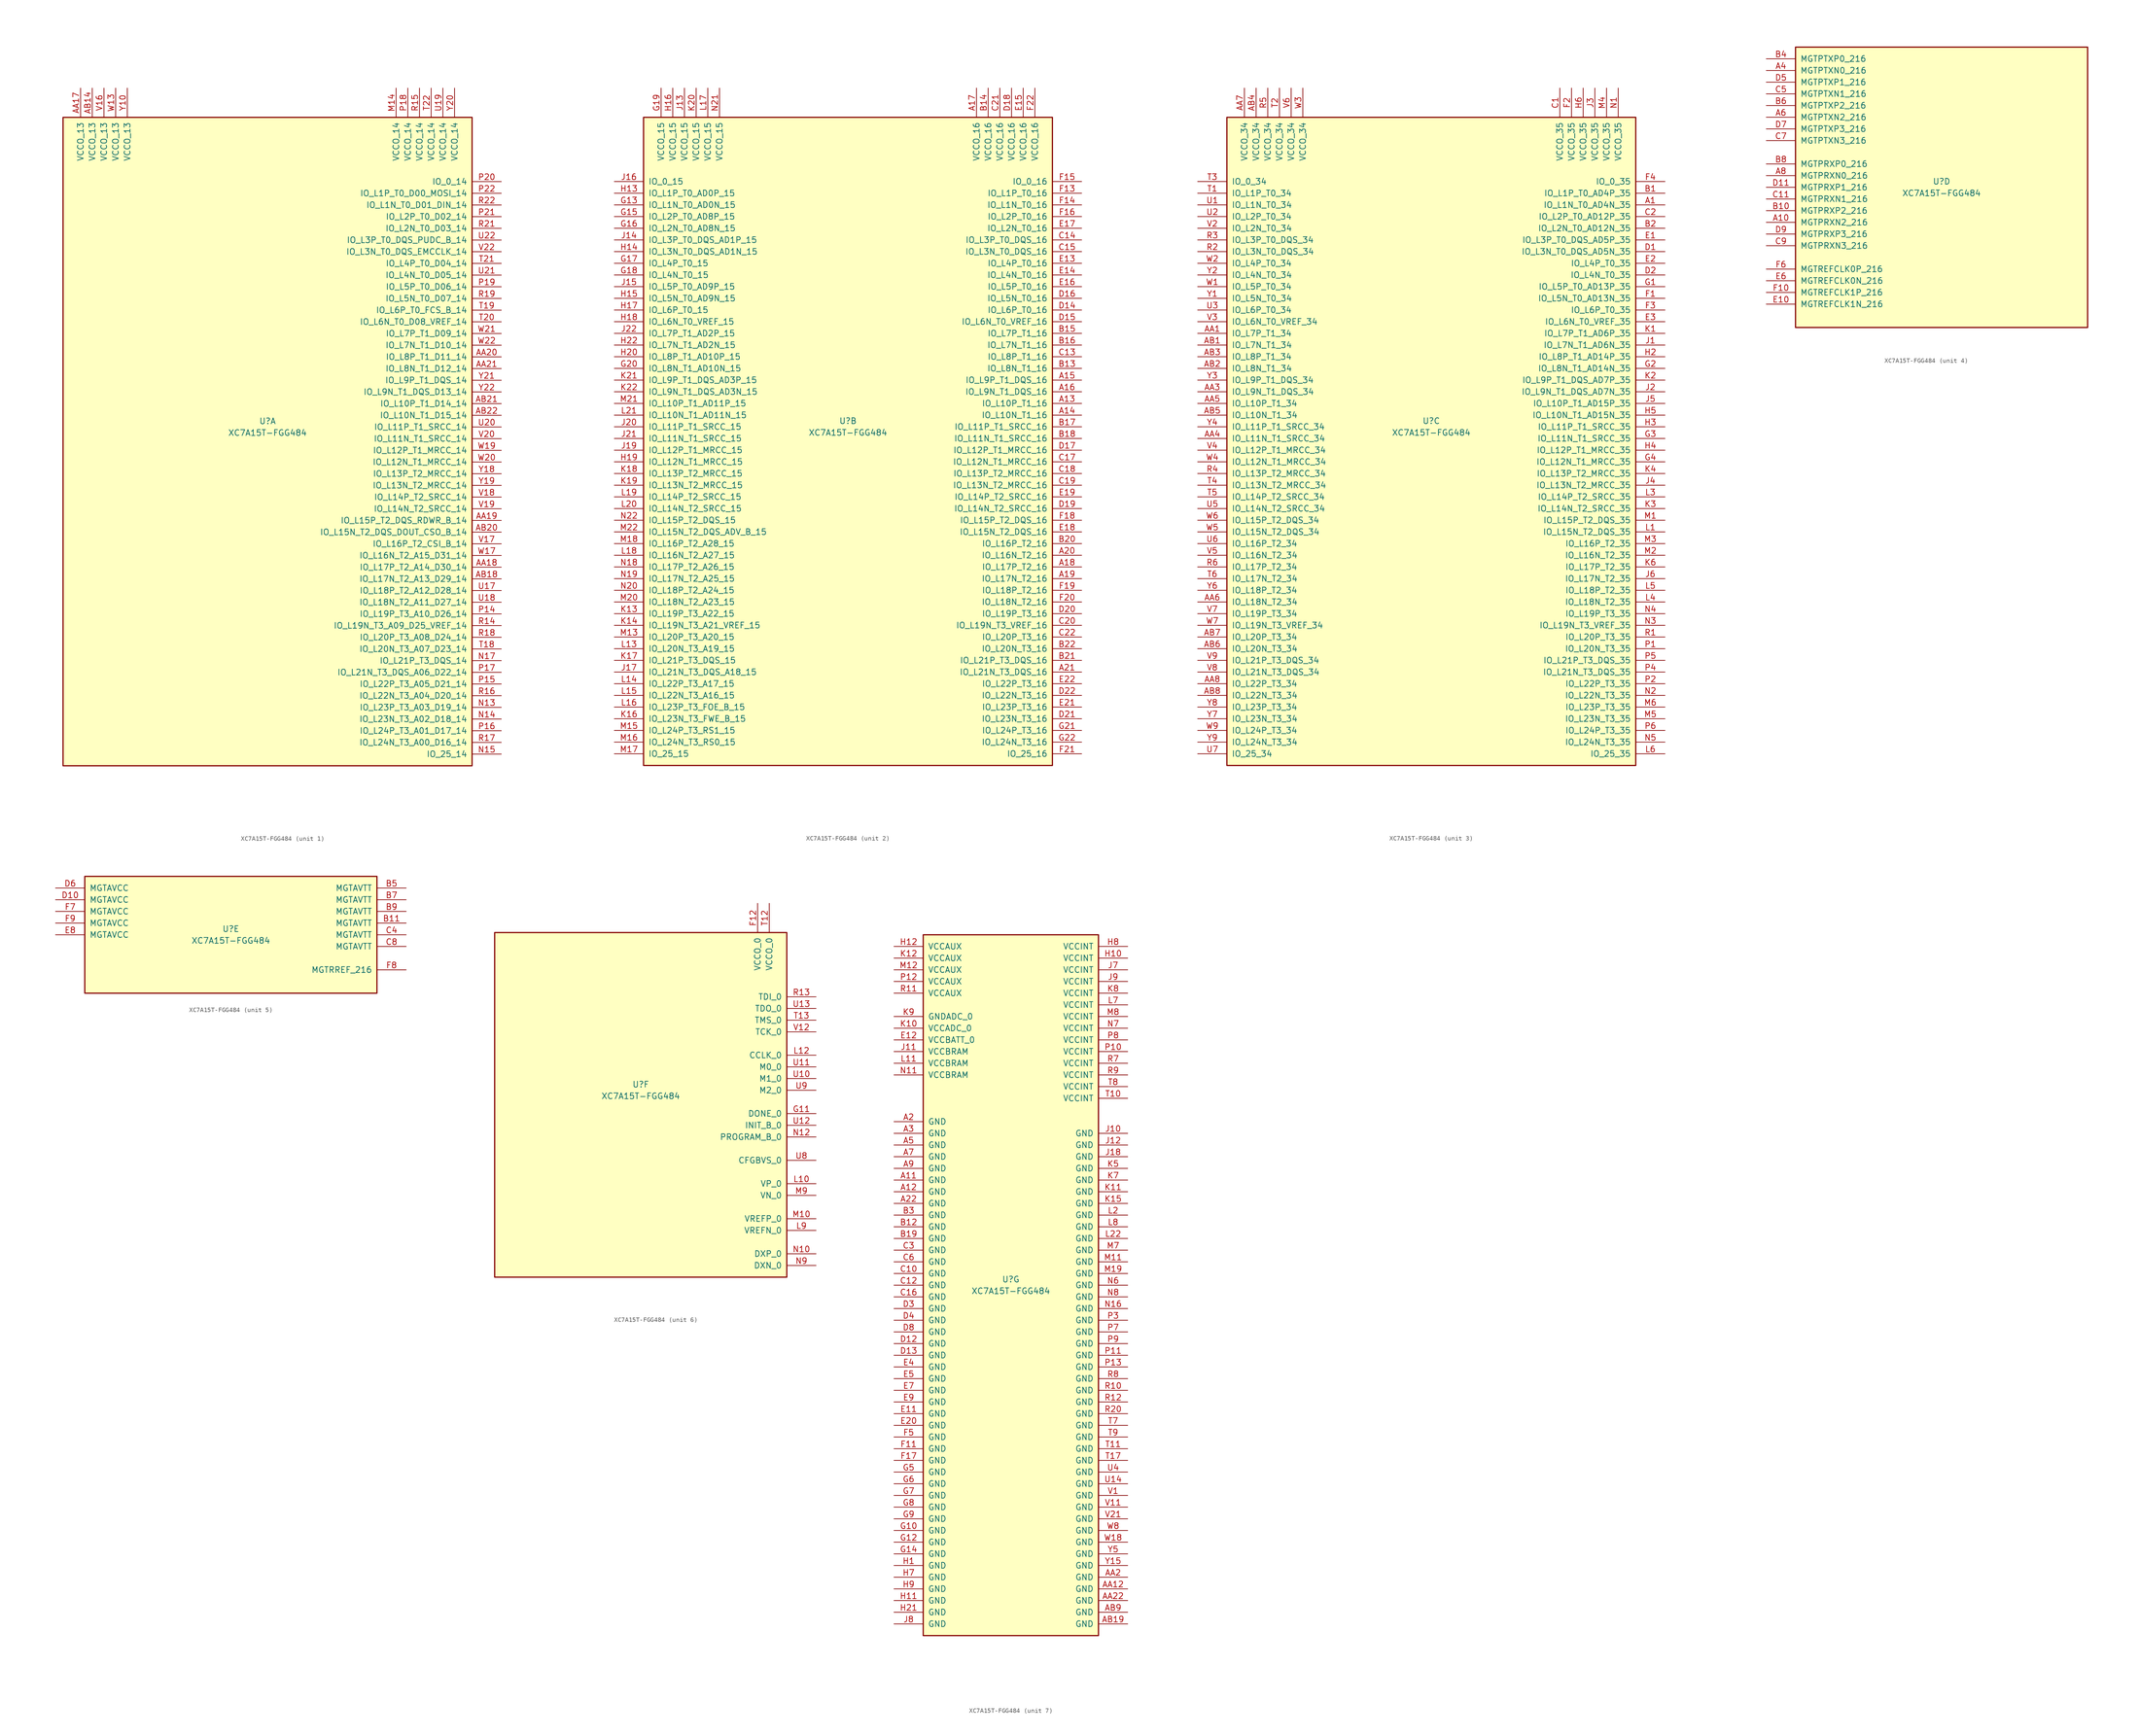
<source format=kicad_sym>
(kicad_symbol_lib
  (version 20201005)
  (generator kicad_symbol_editor)
  (symbol "XC7A15T-FGG484"
    (pin_names
      (offset 1.016))
    (property "Reference" "U"
      (at 0 1.27 0)
      (effects (font (size 1.27 1.27))))
    (property "Value" "XC7A15T-FGG484"
      (at 0 -1.27 0)
      (effects (font (size 1.27 1.27))))
    (property "Datasheet" ""
      (at 0 0 0)
      (effects (font (size 1.27 1.27))))
    (property "ki_locked" ""
      (at 0 0 0)
      (effects (font (size 1.27 1.27))))
    (symbol "XC7A15T-FGG484_1_1"
      (rectangle (start -44.45 67.31) (end 44.45 -73.66) (stroke (width 0.254)) (fill (type background)))
      (pin power_in line (at -40.64 73.66 270) (length 6.35) (name "VCCO_13" (effects (font (size 1.27 1.27)))) (number "AA17" (effects (font (size 1.27 1.27)))))
      (pin bidirectional line (at 50.8 -30.48 180) (length 6.35) (name "IO_L17P_T2_A14_D30_14" (effects (font (size 1.27 1.27)))) (number "AA18" (effects (font (size 1.27 1.27)))))
      (pin bidirectional line (at 50.8 -20.32 180) (length 6.35) (name "IO_L15P_T2_DQS_RDWR_B_14" (effects (font (size 1.27 1.27)))) (number "AA19" (effects (font (size 1.27 1.27)))))
      (pin bidirectional line (at 50.8 15.24 180) (length 6.35) (name "IO_L8P_T1_D11_14" (effects (font (size 1.27 1.27)))) (number "AA20" (effects (font (size 1.27 1.27)))))
      (pin bidirectional line (at 50.8 12.7 180) (length 6.35) (name "IO_L8N_T1_D12_14" (effects (font (size 1.27 1.27)))) (number "AA21" (effects (font (size 1.27 1.27)))))
      (pin power_in line (at -38.1 73.66 270) (length 6.35) (name "VCCO_13" (effects (font (size 1.27 1.27)))) (number "AB14" (effects (font (size 1.27 1.27)))))
      (pin bidirectional line (at 50.8 -33.02 180) (length 6.35) (name "IO_L17N_T2_A13_D29_14" (effects (font (size 1.27 1.27)))) (number "AB18" (effects (font (size 1.27 1.27)))))
      (pin bidirectional line (at 50.8 -22.86 180) (length 6.35) (name "IO_L15N_T2_DQS_DOUT_CSO_B_14" (effects (font (size 1.27 1.27)))) (number "AB20" (effects (font (size 1.27 1.27)))))
      (pin bidirectional line (at 50.8 5.08 180) (length 6.35) (name "IO_L10P_T1_D14_14" (effects (font (size 1.27 1.27)))) (number "AB21" (effects (font (size 1.27 1.27)))))
      (pin bidirectional line (at 50.8 2.54 180) (length 6.35) (name "IO_L10N_T1_D15_14" (effects (font (size 1.27 1.27)))) (number "AB22" (effects (font (size 1.27 1.27)))))
      (pin power_in line (at 27.94 73.66 270) (length 6.35) (name "VCCO_14" (effects (font (size 1.27 1.27)))) (number "M14" (effects (font (size 1.27 1.27)))))
      (pin bidirectional line (at 50.8 -60.96 180) (length 6.35) (name "IO_L23P_T3_A03_D19_14" (effects (font (size 1.27 1.27)))) (number "N13" (effects (font (size 1.27 1.27)))))
      (pin bidirectional line (at 50.8 -63.5 180) (length 6.35) (name "IO_L23N_T3_A02_D18_14" (effects (font (size 1.27 1.27)))) (number "N14" (effects (font (size 1.27 1.27)))))
      (pin bidirectional line (at 50.8 -71.12 180) (length 6.35) (name "IO_25_14" (effects (font (size 1.27 1.27)))) (number "N15" (effects (font (size 1.27 1.27)))))
      (pin bidirectional line (at 50.8 -50.8 180) (length 6.35) (name "IO_L21P_T3_DQS_14" (effects (font (size 1.27 1.27)))) (number "N17" (effects (font (size 1.27 1.27)))))
      (pin bidirectional line (at 50.8 -40.64 180) (length 6.35) (name "IO_L19P_T3_A10_D26_14" (effects (font (size 1.27 1.27)))) (number "P14" (effects (font (size 1.27 1.27)))))
      (pin bidirectional line (at 50.8 -55.88 180) (length 6.35) (name "IO_L22P_T3_A05_D21_14" (effects (font (size 1.27 1.27)))) (number "P15" (effects (font (size 1.27 1.27)))))
      (pin bidirectional line (at 50.8 -66.04 180) (length 6.35) (name "IO_L24P_T3_A01_D17_14" (effects (font (size 1.27 1.27)))) (number "P16" (effects (font (size 1.27 1.27)))))
      (pin bidirectional line (at 50.8 -53.34 180) (length 6.35) (name "IO_L21N_T3_DQS_A06_D22_14" (effects (font (size 1.27 1.27)))) (number "P17" (effects (font (size 1.27 1.27)))))
      (pin power_in line (at 30.48 73.66 270) (length 6.35) (name "VCCO_14" (effects (font (size 1.27 1.27)))) (number "P18" (effects (font (size 1.27 1.27)))))
      (pin bidirectional line (at 50.8 30.48 180) (length 6.35) (name "IO_L5P_T0_D06_14" (effects (font (size 1.27 1.27)))) (number "P19" (effects (font (size 1.27 1.27)))))
      (pin bidirectional line (at 50.8 53.34 180) (length 6.35) (name "IO_0_14" (effects (font (size 1.27 1.27)))) (number "P20" (effects (font (size 1.27 1.27)))))
      (pin bidirectional line (at 50.8 45.72 180) (length 6.35) (name "IO_L2P_T0_D02_14" (effects (font (size 1.27 1.27)))) (number "P21" (effects (font (size 1.27 1.27)))))
      (pin bidirectional line (at 50.8 50.8 180) (length 6.35) (name "IO_L1P_T0_D00_MOSI_14" (effects (font (size 1.27 1.27)))) (number "P22" (effects (font (size 1.27 1.27)))))
      (pin bidirectional line (at 50.8 -43.18 180) (length 6.35) (name "IO_L19N_T3_A09_D25_VREF_14" (effects (font (size 1.27 1.27)))) (number "R14" (effects (font (size 1.27 1.27)))))
      (pin power_in line (at 33.02 73.66 270) (length 6.35) (name "VCCO_14" (effects (font (size 1.27 1.27)))) (number "R15" (effects (font (size 1.27 1.27)))))
      (pin bidirectional line (at 50.8 -58.42 180) (length 6.35) (name "IO_L22N_T3_A04_D20_14" (effects (font (size 1.27 1.27)))) (number "R16" (effects (font (size 1.27 1.27)))))
      (pin bidirectional line (at 50.8 -68.58 180) (length 6.35) (name "IO_L24N_T3_A00_D16_14" (effects (font (size 1.27 1.27)))) (number "R17" (effects (font (size 1.27 1.27)))))
      (pin bidirectional line (at 50.8 -45.72 180) (length 6.35) (name "IO_L20P_T3_A08_D24_14" (effects (font (size 1.27 1.27)))) (number "R18" (effects (font (size 1.27 1.27)))))
      (pin bidirectional line (at 50.8 27.94 180) (length 6.35) (name "IO_L5N_T0_D07_14" (effects (font (size 1.27 1.27)))) (number "R19" (effects (font (size 1.27 1.27)))))
      (pin bidirectional line (at 50.8 43.18 180) (length 6.35) (name "IO_L2N_T0_D03_14" (effects (font (size 1.27 1.27)))) (number "R21" (effects (font (size 1.27 1.27)))))
      (pin bidirectional line (at 50.8 48.26 180) (length 6.35) (name "IO_L1N_T0_D01_DIN_14" (effects (font (size 1.27 1.27)))) (number "R22" (effects (font (size 1.27 1.27)))))
      (pin bidirectional line (at 50.8 -48.26 180) (length 6.35) (name "IO_L20N_T3_A07_D23_14" (effects (font (size 1.27 1.27)))) (number "T18" (effects (font (size 1.27 1.27)))))
      (pin bidirectional line (at 50.8 25.4 180) (length 6.35) (name "IO_L6P_T0_FCS_B_14" (effects (font (size 1.27 1.27)))) (number "T19" (effects (font (size 1.27 1.27)))))
      (pin bidirectional line (at 50.8 22.86 180) (length 6.35) (name "IO_L6N_T0_D08_VREF_14" (effects (font (size 1.27 1.27)))) (number "T20" (effects (font (size 1.27 1.27)))))
      (pin bidirectional line (at 50.8 35.56 180) (length 6.35) (name "IO_L4P_T0_D04_14" (effects (font (size 1.27 1.27)))) (number "T21" (effects (font (size 1.27 1.27)))))
      (pin power_in line (at 35.56 73.66 270) (length 6.35) (name "VCCO_14" (effects (font (size 1.27 1.27)))) (number "T22" (effects (font (size 1.27 1.27)))))
      (pin bidirectional line (at 50.8 -35.56 180) (length 6.35) (name "IO_L18P_T2_A12_D28_14" (effects (font (size 1.27 1.27)))) (number "U17" (effects (font (size 1.27 1.27)))))
      (pin bidirectional line (at 50.8 -38.1 180) (length 6.35) (name "IO_L18N_T2_A11_D27_14" (effects (font (size 1.27 1.27)))) (number "U18" (effects (font (size 1.27 1.27)))))
      (pin power_in line (at 38.1 73.66 270) (length 6.35) (name "VCCO_14" (effects (font (size 1.27 1.27)))) (number "U19" (effects (font (size 1.27 1.27)))))
      (pin bidirectional line (at 50.8 0 180) (length 6.35) (name "IO_L11P_T1_SRCC_14" (effects (font (size 1.27 1.27)))) (number "U20" (effects (font (size 1.27 1.27)))))
      (pin bidirectional line (at 50.8 33.02 180) (length 6.35) (name "IO_L4N_T0_D05_14" (effects (font (size 1.27 1.27)))) (number "U21" (effects (font (size 1.27 1.27)))))
      (pin bidirectional line (at 50.8 40.64 180) (length 6.35) (name "IO_L3P_T0_DQS_PUDC_B_14" (effects (font (size 1.27 1.27)))) (number "U22" (effects (font (size 1.27 1.27)))))
      (pin power_in line (at -35.56 73.66 270) (length 6.35) (name "VCCO_13" (effects (font (size 1.27 1.27)))) (number "V16" (effects (font (size 1.27 1.27)))))
      (pin bidirectional line (at 50.8 -25.4 180) (length 6.35) (name "IO_L16P_T2_CSI_B_14" (effects (font (size 1.27 1.27)))) (number "V17" (effects (font (size 1.27 1.27)))))
      (pin bidirectional line (at 50.8 -15.24 180) (length 6.35) (name "IO_L14P_T2_SRCC_14" (effects (font (size 1.27 1.27)))) (number "V18" (effects (font (size 1.27 1.27)))))
      (pin bidirectional line (at 50.8 -17.78 180) (length 6.35) (name "IO_L14N_T2_SRCC_14" (effects (font (size 1.27 1.27)))) (number "V19" (effects (font (size 1.27 1.27)))))
      (pin bidirectional line (at 50.8 -2.54 180) (length 6.35) (name "IO_L11N_T1_SRCC_14" (effects (font (size 1.27 1.27)))) (number "V20" (effects (font (size 1.27 1.27)))))
      (pin bidirectional line (at 50.8 38.1 180) (length 6.35) (name "IO_L3N_T0_DQS_EMCCLK_14" (effects (font (size 1.27 1.27)))) (number "V22" (effects (font (size 1.27 1.27)))))
      (pin power_in line (at -33.02 73.66 270) (length 6.35) (name "VCCO_13" (effects (font (size 1.27 1.27)))) (number "W13" (effects (font (size 1.27 1.27)))))
      (pin bidirectional line (at 50.8 -27.94 180) (length 6.35) (name "IO_L16N_T2_A15_D31_14" (effects (font (size 1.27 1.27)))) (number "W17" (effects (font (size 1.27 1.27)))))
      (pin bidirectional line (at 50.8 -5.08 180) (length 6.35) (name "IO_L12P_T1_MRCC_14" (effects (font (size 1.27 1.27)))) (number "W19" (effects (font (size 1.27 1.27)))))
      (pin bidirectional line (at 50.8 -7.62 180) (length 6.35) (name "IO_L12N_T1_MRCC_14" (effects (font (size 1.27 1.27)))) (number "W20" (effects (font (size 1.27 1.27)))))
      (pin bidirectional line (at 50.8 20.32 180) (length 6.35) (name "IO_L7P_T1_D09_14" (effects (font (size 1.27 1.27)))) (number "W21" (effects (font (size 1.27 1.27)))))
      (pin bidirectional line (at 50.8 17.78 180) (length 6.35) (name "IO_L7N_T1_D10_14" (effects (font (size 1.27 1.27)))) (number "W22" (effects (font (size 1.27 1.27)))))
      (pin power_in line (at -30.48 73.66 270) (length 6.35) (name "VCCO_13" (effects (font (size 1.27 1.27)))) (number "Y10" (effects (font (size 1.27 1.27)))))
      (pin bidirectional line (at 50.8 -10.16 180) (length 6.35) (name "IO_L13P_T2_MRCC_14" (effects (font (size 1.27 1.27)))) (number "Y18" (effects (font (size 1.27 1.27)))))
      (pin bidirectional line (at 50.8 -12.7 180) (length 6.35) (name "IO_L13N_T2_MRCC_14" (effects (font (size 1.27 1.27)))) (number "Y19" (effects (font (size 1.27 1.27)))))
      (pin power_in line (at 40.64 73.66 270) (length 6.35) (name "VCCO_14" (effects (font (size 1.27 1.27)))) (number "Y20" (effects (font (size 1.27 1.27)))))
      (pin bidirectional line (at 50.8 10.16 180) (length 6.35) (name "IO_L9P_T1_DQS_14" (effects (font (size 1.27 1.27)))) (number "Y21" (effects (font (size 1.27 1.27)))))
      (pin bidirectional line (at 50.8 7.62 180) (length 6.35) (name "IO_L9N_T1_DQS_D13_14" (effects (font (size 1.27 1.27)))) (number "Y22" (effects (font (size 1.27 1.27))))))
    (symbol "XC7A15T-FGG484_2_1"
      (rectangle (start -44.45 67.31) (end 44.45 -73.66) (stroke (width 0.254)) (fill (type background)))
      (pin bidirectional line (at 50.8 5.08 180) (length 6.35) (name "IO_L10P_T1_16" (effects (font (size 1.27 1.27)))) (number "A13" (effects (font (size 1.27 1.27)))))
      (pin bidirectional line (at 50.8 2.54 180) (length 6.35) (name "IO_L10N_T1_16" (effects (font (size 1.27 1.27)))) (number "A14" (effects (font (size 1.27 1.27)))))
      (pin bidirectional line (at 50.8 10.16 180) (length 6.35) (name "IO_L9P_T1_DQS_16" (effects (font (size 1.27 1.27)))) (number "A15" (effects (font (size 1.27 1.27)))))
      (pin bidirectional line (at 50.8 7.62 180) (length 6.35) (name "IO_L9N_T1_DQS_16" (effects (font (size 1.27 1.27)))) (number "A16" (effects (font (size 1.27 1.27)))))
      (pin power_in line (at 27.94 73.66 270) (length 6.35) (name "VCCO_16" (effects (font (size 1.27 1.27)))) (number "A17" (effects (font (size 1.27 1.27)))))
      (pin bidirectional line (at 50.8 -30.48 180) (length 6.35) (name "IO_L17P_T2_16" (effects (font (size 1.27 1.27)))) (number "A18" (effects (font (size 1.27 1.27)))))
      (pin bidirectional line (at 50.8 -33.02 180) (length 6.35) (name "IO_L17N_T2_16" (effects (font (size 1.27 1.27)))) (number "A19" (effects (font (size 1.27 1.27)))))
      (pin bidirectional line (at 50.8 -27.94 180) (length 6.35) (name "IO_L16N_T2_16" (effects (font (size 1.27 1.27)))) (number "A20" (effects (font (size 1.27 1.27)))))
      (pin bidirectional line (at 50.8 -53.34 180) (length 6.35) (name "IO_L21N_T3_DQS_16" (effects (font (size 1.27 1.27)))) (number "A21" (effects (font (size 1.27 1.27)))))
      (pin bidirectional line (at 50.8 12.7 180) (length 6.35) (name "IO_L8N_T1_16" (effects (font (size 1.27 1.27)))) (number "B13" (effects (font (size 1.27 1.27)))))
      (pin power_in line (at 30.48 73.66 270) (length 6.35) (name "VCCO_16" (effects (font (size 1.27 1.27)))) (number "B14" (effects (font (size 1.27 1.27)))))
      (pin bidirectional line (at 50.8 20.32 180) (length 6.35) (name "IO_L7P_T1_16" (effects (font (size 1.27 1.27)))) (number "B15" (effects (font (size 1.27 1.27)))))
      (pin bidirectional line (at 50.8 17.78 180) (length 6.35) (name "IO_L7N_T1_16" (effects (font (size 1.27 1.27)))) (number "B16" (effects (font (size 1.27 1.27)))))
      (pin bidirectional line (at 50.8 0 180) (length 6.35) (name "IO_L11P_T1_SRCC_16" (effects (font (size 1.27 1.27)))) (number "B17" (effects (font (size 1.27 1.27)))))
      (pin bidirectional line (at 50.8 -2.54 180) (length 6.35) (name "IO_L11N_T1_SRCC_16" (effects (font (size 1.27 1.27)))) (number "B18" (effects (font (size 1.27 1.27)))))
      (pin bidirectional line (at 50.8 -25.4 180) (length 6.35) (name "IO_L16P_T2_16" (effects (font (size 1.27 1.27)))) (number "B20" (effects (font (size 1.27 1.27)))))
      (pin bidirectional line (at 50.8 -50.8 180) (length 6.35) (name "IO_L21P_T3_DQS_16" (effects (font (size 1.27 1.27)))) (number "B21" (effects (font (size 1.27 1.27)))))
      (pin bidirectional line (at 50.8 -48.26 180) (length 6.35) (name "IO_L20N_T3_16" (effects (font (size 1.27 1.27)))) (number "B22" (effects (font (size 1.27 1.27)))))
      (pin bidirectional line (at 50.8 15.24 180) (length 6.35) (name "IO_L8P_T1_16" (effects (font (size 1.27 1.27)))) (number "C13" (effects (font (size 1.27 1.27)))))
      (pin bidirectional line (at 50.8 40.64 180) (length 6.35) (name "IO_L3P_T0_DQS_16" (effects (font (size 1.27 1.27)))) (number "C14" (effects (font (size 1.27 1.27)))))
      (pin bidirectional line (at 50.8 38.1 180) (length 6.35) (name "IO_L3N_T0_DQS_16" (effects (font (size 1.27 1.27)))) (number "C15" (effects (font (size 1.27 1.27)))))
      (pin bidirectional line (at 50.8 -7.62 180) (length 6.35) (name "IO_L12N_T1_MRCC_16" (effects (font (size 1.27 1.27)))) (number "C17" (effects (font (size 1.27 1.27)))))
      (pin bidirectional line (at 50.8 -10.16 180) (length 6.35) (name "IO_L13P_T2_MRCC_16" (effects (font (size 1.27 1.27)))) (number "C18" (effects (font (size 1.27 1.27)))))
      (pin bidirectional line (at 50.8 -12.7 180) (length 6.35) (name "IO_L13N_T2_MRCC_16" (effects (font (size 1.27 1.27)))) (number "C19" (effects (font (size 1.27 1.27)))))
      (pin bidirectional line (at 50.8 -43.18 180) (length 6.35) (name "IO_L19N_T3_VREF_16" (effects (font (size 1.27 1.27)))) (number "C20" (effects (font (size 1.27 1.27)))))
      (pin power_in line (at 33.02 73.66 270) (length 6.35) (name "VCCO_16" (effects (font (size 1.27 1.27)))) (number "C21" (effects (font (size 1.27 1.27)))))
      (pin bidirectional line (at 50.8 -45.72 180) (length 6.35) (name "IO_L20P_T3_16" (effects (font (size 1.27 1.27)))) (number "C22" (effects (font (size 1.27 1.27)))))
      (pin bidirectional line (at 50.8 25.4 180) (length 6.35) (name "IO_L6P_T0_16" (effects (font (size 1.27 1.27)))) (number "D14" (effects (font (size 1.27 1.27)))))
      (pin bidirectional line (at 50.8 22.86 180) (length 6.35) (name "IO_L6N_T0_VREF_16" (effects (font (size 1.27 1.27)))) (number "D15" (effects (font (size 1.27 1.27)))))
      (pin bidirectional line (at 50.8 27.94 180) (length 6.35) (name "IO_L5N_T0_16" (effects (font (size 1.27 1.27)))) (number "D16" (effects (font (size 1.27 1.27)))))
      (pin bidirectional line (at 50.8 -5.08 180) (length 6.35) (name "IO_L12P_T1_MRCC_16" (effects (font (size 1.27 1.27)))) (number "D17" (effects (font (size 1.27 1.27)))))
      (pin power_in line (at 35.56 73.66 270) (length 6.35) (name "VCCO_16" (effects (font (size 1.27 1.27)))) (number "D18" (effects (font (size 1.27 1.27)))))
      (pin bidirectional line (at 50.8 -17.78 180) (length 6.35) (name "IO_L14N_T2_SRCC_16" (effects (font (size 1.27 1.27)))) (number "D19" (effects (font (size 1.27 1.27)))))
      (pin bidirectional line (at 50.8 -40.64 180) (length 6.35) (name "IO_L19P_T3_16" (effects (font (size 1.27 1.27)))) (number "D20" (effects (font (size 1.27 1.27)))))
      (pin bidirectional line (at 50.8 -63.5 180) (length 6.35) (name "IO_L23N_T3_16" (effects (font (size 1.27 1.27)))) (number "D21" (effects (font (size 1.27 1.27)))))
      (pin bidirectional line (at 50.8 -58.42 180) (length 6.35) (name "IO_L22N_T3_16" (effects (font (size 1.27 1.27)))) (number "D22" (effects (font (size 1.27 1.27)))))
      (pin bidirectional line (at 50.8 35.56 180) (length 6.35) (name "IO_L4P_T0_16" (effects (font (size 1.27 1.27)))) (number "E13" (effects (font (size 1.27 1.27)))))
      (pin bidirectional line (at 50.8 33.02 180) (length 6.35) (name "IO_L4N_T0_16" (effects (font (size 1.27 1.27)))) (number "E14" (effects (font (size 1.27 1.27)))))
      (pin power_in line (at 38.1 73.66 270) (length 6.35) (name "VCCO_16" (effects (font (size 1.27 1.27)))) (number "E15" (effects (font (size 1.27 1.27)))))
      (pin bidirectional line (at 50.8 30.48 180) (length 6.35) (name "IO_L5P_T0_16" (effects (font (size 1.27 1.27)))) (number "E16" (effects (font (size 1.27 1.27)))))
      (pin bidirectional line (at 50.8 43.18 180) (length 6.35) (name "IO_L2N_T0_16" (effects (font (size 1.27 1.27)))) (number "E17" (effects (font (size 1.27 1.27)))))
      (pin bidirectional line (at 50.8 -22.86 180) (length 6.35) (name "IO_L15N_T2_DQS_16" (effects (font (size 1.27 1.27)))) (number "E18" (effects (font (size 1.27 1.27)))))
      (pin bidirectional line (at 50.8 -15.24 180) (length 6.35) (name "IO_L14P_T2_SRCC_16" (effects (font (size 1.27 1.27)))) (number "E19" (effects (font (size 1.27 1.27)))))
      (pin bidirectional line (at 50.8 -60.96 180) (length 6.35) (name "IO_L23P_T3_16" (effects (font (size 1.27 1.27)))) (number "E21" (effects (font (size 1.27 1.27)))))
      (pin bidirectional line (at 50.8 -55.88 180) (length 6.35) (name "IO_L22P_T3_16" (effects (font (size 1.27 1.27)))) (number "E22" (effects (font (size 1.27 1.27)))))
      (pin bidirectional line (at 50.8 50.8 180) (length 6.35) (name "IO_L1P_T0_16" (effects (font (size 1.27 1.27)))) (number "F13" (effects (font (size 1.27 1.27)))))
      (pin bidirectional line (at 50.8 48.26 180) (length 6.35) (name "IO_L1N_T0_16" (effects (font (size 1.27 1.27)))) (number "F14" (effects (font (size 1.27 1.27)))))
      (pin bidirectional line (at 50.8 53.34 180) (length 6.35) (name "IO_0_16" (effects (font (size 1.27 1.27)))) (number "F15" (effects (font (size 1.27 1.27)))))
      (pin bidirectional line (at 50.8 45.72 180) (length 6.35) (name "IO_L2P_T0_16" (effects (font (size 1.27 1.27)))) (number "F16" (effects (font (size 1.27 1.27)))))
      (pin bidirectional line (at 50.8 -20.32 180) (length 6.35) (name "IO_L15P_T2_DQS_16" (effects (font (size 1.27 1.27)))) (number "F18" (effects (font (size 1.27 1.27)))))
      (pin bidirectional line (at 50.8 -35.56 180) (length 6.35) (name "IO_L18P_T2_16" (effects (font (size 1.27 1.27)))) (number "F19" (effects (font (size 1.27 1.27)))))
      (pin bidirectional line (at 50.8 -38.1 180) (length 6.35) (name "IO_L18N_T2_16" (effects (font (size 1.27 1.27)))) (number "F20" (effects (font (size 1.27 1.27)))))
      (pin bidirectional line (at 50.8 -71.12 180) (length 6.35) (name "IO_25_16" (effects (font (size 1.27 1.27)))) (number "F21" (effects (font (size 1.27 1.27)))))
      (pin power_in line (at 40.64 73.66 270) (length 6.35) (name "VCCO_16" (effects (font (size 1.27 1.27)))) (number "F22" (effects (font (size 1.27 1.27)))))
      (pin bidirectional line (at -50.8 48.26 0) (length 6.35) (name "IO_L1N_T0_AD0N_15" (effects (font (size 1.27 1.27)))) (number "G13" (effects (font (size 1.27 1.27)))))
      (pin bidirectional line (at -50.8 45.72 0) (length 6.35) (name "IO_L2P_T0_AD8P_15" (effects (font (size 1.27 1.27)))) (number "G15" (effects (font (size 1.27 1.27)))))
      (pin bidirectional line (at -50.8 43.18 0) (length 6.35) (name "IO_L2N_T0_AD8N_15" (effects (font (size 1.27 1.27)))) (number "G16" (effects (font (size 1.27 1.27)))))
      (pin bidirectional line (at -50.8 35.56 0) (length 6.35) (name "IO_L4P_T0_15" (effects (font (size 1.27 1.27)))) (number "G17" (effects (font (size 1.27 1.27)))))
      (pin bidirectional line (at -50.8 33.02 0) (length 6.35) (name "IO_L4N_T0_15" (effects (font (size 1.27 1.27)))) (number "G18" (effects (font (size 1.27 1.27)))))
      (pin power_in line (at -40.64 73.66 270) (length 6.35) (name "VCCO_15" (effects (font (size 1.27 1.27)))) (number "G19" (effects (font (size 1.27 1.27)))))
      (pin bidirectional line (at -50.8 12.7 0) (length 6.35) (name "IO_L8N_T1_AD10N_15" (effects (font (size 1.27 1.27)))) (number "G20" (effects (font (size 1.27 1.27)))))
      (pin bidirectional line (at 50.8 -66.04 180) (length 6.35) (name "IO_L24P_T3_16" (effects (font (size 1.27 1.27)))) (number "G21" (effects (font (size 1.27 1.27)))))
      (pin bidirectional line (at 50.8 -68.58 180) (length 6.35) (name "IO_L24N_T3_16" (effects (font (size 1.27 1.27)))) (number "G22" (effects (font (size 1.27 1.27)))))
      (pin bidirectional line (at -50.8 50.8 0) (length 6.35) (name "IO_L1P_T0_AD0P_15" (effects (font (size 1.27 1.27)))) (number "H13" (effects (font (size 1.27 1.27)))))
      (pin bidirectional line (at -50.8 38.1 0) (length 6.35) (name "IO_L3N_T0_DQS_AD1N_15" (effects (font (size 1.27 1.27)))) (number "H14" (effects (font (size 1.27 1.27)))))
      (pin bidirectional line (at -50.8 27.94 0) (length 6.35) (name "IO_L5N_T0_AD9N_15" (effects (font (size 1.27 1.27)))) (number "H15" (effects (font (size 1.27 1.27)))))
      (pin power_in line (at -38.1 73.66 270) (length 6.35) (name "VCCO_15" (effects (font (size 1.27 1.27)))) (number "H16" (effects (font (size 1.27 1.27)))))
      (pin bidirectional line (at -50.8 25.4 0) (length 6.35) (name "IO_L6P_T0_15" (effects (font (size 1.27 1.27)))) (number "H17" (effects (font (size 1.27 1.27)))))
      (pin bidirectional line (at -50.8 22.86 0) (length 6.35) (name "IO_L6N_T0_VREF_15" (effects (font (size 1.27 1.27)))) (number "H18" (effects (font (size 1.27 1.27)))))
      (pin bidirectional line (at -50.8 -7.62 0) (length 6.35) (name "IO_L12N_T1_MRCC_15" (effects (font (size 1.27 1.27)))) (number "H19" (effects (font (size 1.27 1.27)))))
      (pin bidirectional line (at -50.8 15.24 0) (length 6.35) (name "IO_L8P_T1_AD10P_15" (effects (font (size 1.27 1.27)))) (number "H20" (effects (font (size 1.27 1.27)))))
      (pin bidirectional line (at -50.8 17.78 0) (length 6.35) (name "IO_L7N_T1_AD2N_15" (effects (font (size 1.27 1.27)))) (number "H22" (effects (font (size 1.27 1.27)))))
      (pin power_in line (at -35.56 73.66 270) (length 6.35) (name "VCCO_15" (effects (font (size 1.27 1.27)))) (number "J13" (effects (font (size 1.27 1.27)))))
      (pin bidirectional line (at -50.8 40.64 0) (length 6.35) (name "IO_L3P_T0_DQS_AD1P_15" (effects (font (size 1.27 1.27)))) (number "J14" (effects (font (size 1.27 1.27)))))
      (pin bidirectional line (at -50.8 30.48 0) (length 6.35) (name "IO_L5P_T0_AD9P_15" (effects (font (size 1.27 1.27)))) (number "J15" (effects (font (size 1.27 1.27)))))
      (pin bidirectional line (at -50.8 53.34 0) (length 6.35) (name "IO_0_15" (effects (font (size 1.27 1.27)))) (number "J16" (effects (font (size 1.27 1.27)))))
      (pin bidirectional line (at -50.8 -53.34 0) (length 6.35) (name "IO_L21N_T3_DQS_A18_15" (effects (font (size 1.27 1.27)))) (number "J17" (effects (font (size 1.27 1.27)))))
      (pin bidirectional line (at -50.8 -5.08 0) (length 6.35) (name "IO_L12P_T1_MRCC_15" (effects (font (size 1.27 1.27)))) (number "J19" (effects (font (size 1.27 1.27)))))
      (pin bidirectional line (at -50.8 0 0) (length 6.35) (name "IO_L11P_T1_SRCC_15" (effects (font (size 1.27 1.27)))) (number "J20" (effects (font (size 1.27 1.27)))))
      (pin bidirectional line (at -50.8 -2.54 0) (length 6.35) (name "IO_L11N_T1_SRCC_15" (effects (font (size 1.27 1.27)))) (number "J21" (effects (font (size 1.27 1.27)))))
      (pin bidirectional line (at -50.8 20.32 0) (length 6.35) (name "IO_L7P_T1_AD2P_15" (effects (font (size 1.27 1.27)))) (number "J22" (effects (font (size 1.27 1.27)))))
      (pin bidirectional line (at -50.8 -40.64 0) (length 6.35) (name "IO_L19P_T3_A22_15" (effects (font (size 1.27 1.27)))) (number "K13" (effects (font (size 1.27 1.27)))))
      (pin bidirectional line (at -50.8 -43.18 0) (length 6.35) (name "IO_L19N_T3_A21_VREF_15" (effects (font (size 1.27 1.27)))) (number "K14" (effects (font (size 1.27 1.27)))))
      (pin bidirectional line (at -50.8 -63.5 0) (length 6.35) (name "IO_L23N_T3_FWE_B_15" (effects (font (size 1.27 1.27)))) (number "K16" (effects (font (size 1.27 1.27)))))
      (pin bidirectional line (at -50.8 -50.8 0) (length 6.35) (name "IO_L21P_T3_DQS_15" (effects (font (size 1.27 1.27)))) (number "K17" (effects (font (size 1.27 1.27)))))
      (pin bidirectional line (at -50.8 -10.16 0) (length 6.35) (name "IO_L13P_T2_MRCC_15" (effects (font (size 1.27 1.27)))) (number "K18" (effects (font (size 1.27 1.27)))))
      (pin bidirectional line (at -50.8 -12.7 0) (length 6.35) (name "IO_L13N_T2_MRCC_15" (effects (font (size 1.27 1.27)))) (number "K19" (effects (font (size 1.27 1.27)))))
      (pin power_in line (at -33.02 73.66 270) (length 6.35) (name "VCCO_15" (effects (font (size 1.27 1.27)))) (number "K20" (effects (font (size 1.27 1.27)))))
      (pin bidirectional line (at -50.8 10.16 0) (length 6.35) (name "IO_L9P_T1_DQS_AD3P_15" (effects (font (size 1.27 1.27)))) (number "K21" (effects (font (size 1.27 1.27)))))
      (pin bidirectional line (at -50.8 7.62 0) (length 6.35) (name "IO_L9N_T1_DQS_AD3N_15" (effects (font (size 1.27 1.27)))) (number "K22" (effects (font (size 1.27 1.27)))))
      (pin bidirectional line (at -50.8 -48.26 0) (length 6.35) (name "IO_L20N_T3_A19_15" (effects (font (size 1.27 1.27)))) (number "L13" (effects (font (size 1.27 1.27)))))
      (pin bidirectional line (at -50.8 -55.88 0) (length 6.35) (name "IO_L22P_T3_A17_15" (effects (font (size 1.27 1.27)))) (number "L14" (effects (font (size 1.27 1.27)))))
      (pin bidirectional line (at -50.8 -58.42 0) (length 6.35) (name "IO_L22N_T3_A16_15" (effects (font (size 1.27 1.27)))) (number "L15" (effects (font (size 1.27 1.27)))))
      (pin bidirectional line (at -50.8 -60.96 0) (length 6.35) (name "IO_L23P_T3_FOE_B_15" (effects (font (size 1.27 1.27)))) (number "L16" (effects (font (size 1.27 1.27)))))
      (pin power_in line (at -30.48 73.66 270) (length 6.35) (name "VCCO_15" (effects (font (size 1.27 1.27)))) (number "L17" (effects (font (size 1.27 1.27)))))
      (pin bidirectional line (at -50.8 -27.94 0) (length 6.35) (name "IO_L16N_T2_A27_15" (effects (font (size 1.27 1.27)))) (number "L18" (effects (font (size 1.27 1.27)))))
      (pin bidirectional line (at -50.8 -15.24 0) (length 6.35) (name "IO_L14P_T2_SRCC_15" (effects (font (size 1.27 1.27)))) (number "L19" (effects (font (size 1.27 1.27)))))
      (pin bidirectional line (at -50.8 -17.78 0) (length 6.35) (name "IO_L14N_T2_SRCC_15" (effects (font (size 1.27 1.27)))) (number "L20" (effects (font (size 1.27 1.27)))))
      (pin bidirectional line (at -50.8 2.54 0) (length 6.35) (name "IO_L10N_T1_AD11N_15" (effects (font (size 1.27 1.27)))) (number "L21" (effects (font (size 1.27 1.27)))))
      (pin bidirectional line (at -50.8 -45.72 0) (length 6.35) (name "IO_L20P_T3_A20_15" (effects (font (size 1.27 1.27)))) (number "M13" (effects (font (size 1.27 1.27)))))
      (pin bidirectional line (at -50.8 -66.04 0) (length 6.35) (name "IO_L24P_T3_RS1_15" (effects (font (size 1.27 1.27)))) (number "M15" (effects (font (size 1.27 1.27)))))
      (pin bidirectional line (at -50.8 -68.58 0) (length 6.35) (name "IO_L24N_T3_RS0_15" (effects (font (size 1.27 1.27)))) (number "M16" (effects (font (size 1.27 1.27)))))
      (pin bidirectional line (at -50.8 -71.12 0) (length 6.35) (name "IO_25_15" (effects (font (size 1.27 1.27)))) (number "M17" (effects (font (size 1.27 1.27)))))
      (pin bidirectional line (at -50.8 -25.4 0) (length 6.35) (name "IO_L16P_T2_A28_15" (effects (font (size 1.27 1.27)))) (number "M18" (effects (font (size 1.27 1.27)))))
      (pin bidirectional line (at -50.8 -38.1 0) (length 6.35) (name "IO_L18N_T2_A23_15" (effects (font (size 1.27 1.27)))) (number "M20" (effects (font (size 1.27 1.27)))))
      (pin bidirectional line (at -50.8 5.08 0) (length 6.35) (name "IO_L10P_T1_AD11P_15" (effects (font (size 1.27 1.27)))) (number "M21" (effects (font (size 1.27 1.27)))))
      (pin bidirectional line (at -50.8 -22.86 0) (length 6.35) (name "IO_L15N_T2_DQS_ADV_B_15" (effects (font (size 1.27 1.27)))) (number "M22" (effects (font (size 1.27 1.27)))))
      (pin bidirectional line (at -50.8 -30.48 0) (length 6.35) (name "IO_L17P_T2_A26_15" (effects (font (size 1.27 1.27)))) (number "N18" (effects (font (size 1.27 1.27)))))
      (pin bidirectional line (at -50.8 -33.02 0) (length 6.35) (name "IO_L17N_T2_A25_15" (effects (font (size 1.27 1.27)))) (number "N19" (effects (font (size 1.27 1.27)))))
      (pin bidirectional line (at -50.8 -35.56 0) (length 6.35) (name "IO_L18P_T2_A24_15" (effects (font (size 1.27 1.27)))) (number "N20" (effects (font (size 1.27 1.27)))))
      (pin power_in line (at -27.94 73.66 270) (length 6.35) (name "VCCO_15" (effects (font (size 1.27 1.27)))) (number "N21" (effects (font (size 1.27 1.27)))))
      (pin bidirectional line (at -50.8 -20.32 0) (length 6.35) (name "IO_L15P_T2_DQS_15" (effects (font (size 1.27 1.27)))) (number "N22" (effects (font (size 1.27 1.27))))))
    (symbol "XC7A15T-FGG484_3_1"
      (rectangle (start -44.45 67.31) (end 44.45 -73.66) (stroke (width 0.254)) (fill (type background)))
      (pin bidirectional line (at 50.8 48.26 180) (length 6.35) (name "IO_L1N_T0_AD4N_35" (effects (font (size 1.27 1.27)))) (number "A1" (effects (font (size 1.27 1.27)))))
      (pin bidirectional line (at -50.8 20.32 0) (length 6.35) (name "IO_L7P_T1_34" (effects (font (size 1.27 1.27)))) (number "AA1" (effects (font (size 1.27 1.27)))))
      (pin bidirectional line (at -50.8 7.62 0) (length 6.35) (name "IO_L9N_T1_DQS_34" (effects (font (size 1.27 1.27)))) (number "AA3" (effects (font (size 1.27 1.27)))))
      (pin bidirectional line (at -50.8 -2.54 0) (length 6.35) (name "IO_L11N_T1_SRCC_34" (effects (font (size 1.27 1.27)))) (number "AA4" (effects (font (size 1.27 1.27)))))
      (pin bidirectional line (at -50.8 5.08 0) (length 6.35) (name "IO_L10P_T1_34" (effects (font (size 1.27 1.27)))) (number "AA5" (effects (font (size 1.27 1.27)))))
      (pin bidirectional line (at -50.8 -38.1 0) (length 6.35) (name "IO_L18N_T2_34" (effects (font (size 1.27 1.27)))) (number "AA6" (effects (font (size 1.27 1.27)))))
      (pin power_in line (at -40.64 73.66 270) (length 6.35) (name "VCCO_34" (effects (font (size 1.27 1.27)))) (number "AA7" (effects (font (size 1.27 1.27)))))
      (pin bidirectional line (at -50.8 -55.88 0) (length 6.35) (name "IO_L22P_T3_34" (effects (font (size 1.27 1.27)))) (number "AA8" (effects (font (size 1.27 1.27)))))
      (pin bidirectional line (at -50.8 17.78 0) (length 6.35) (name "IO_L7N_T1_34" (effects (font (size 1.27 1.27)))) (number "AB1" (effects (font (size 1.27 1.27)))))
      (pin bidirectional line (at -50.8 12.7 0) (length 6.35) (name "IO_L8N_T1_34" (effects (font (size 1.27 1.27)))) (number "AB2" (effects (font (size 1.27 1.27)))))
      (pin bidirectional line (at -50.8 15.24 0) (length 6.35) (name "IO_L8P_T1_34" (effects (font (size 1.27 1.27)))) (number "AB3" (effects (font (size 1.27 1.27)))))
      (pin power_in line (at -38.1 73.66 270) (length 6.35) (name "VCCO_34" (effects (font (size 1.27 1.27)))) (number "AB4" (effects (font (size 1.27 1.27)))))
      (pin bidirectional line (at -50.8 2.54 0) (length 6.35) (name "IO_L10N_T1_34" (effects (font (size 1.27 1.27)))) (number "AB5" (effects (font (size 1.27 1.27)))))
      (pin bidirectional line (at -50.8 -48.26 0) (length 6.35) (name "IO_L20N_T3_34" (effects (font (size 1.27 1.27)))) (number "AB6" (effects (font (size 1.27 1.27)))))
      (pin bidirectional line (at -50.8 -45.72 0) (length 6.35) (name "IO_L20P_T3_34" (effects (font (size 1.27 1.27)))) (number "AB7" (effects (font (size 1.27 1.27)))))
      (pin bidirectional line (at -50.8 -58.42 0) (length 6.35) (name "IO_L22N_T3_34" (effects (font (size 1.27 1.27)))) (number "AB8" (effects (font (size 1.27 1.27)))))
      (pin bidirectional line (at 50.8 50.8 180) (length 6.35) (name "IO_L1P_T0_AD4P_35" (effects (font (size 1.27 1.27)))) (number "B1" (effects (font (size 1.27 1.27)))))
      (pin bidirectional line (at 50.8 43.18 180) (length 6.35) (name "IO_L2N_T0_AD12N_35" (effects (font (size 1.27 1.27)))) (number "B2" (effects (font (size 1.27 1.27)))))
      (pin power_in line (at 27.94 73.66 270) (length 6.35) (name "VCCO_35" (effects (font (size 1.27 1.27)))) (number "C1" (effects (font (size 1.27 1.27)))))
      (pin bidirectional line (at 50.8 45.72 180) (length 6.35) (name "IO_L2P_T0_AD12P_35" (effects (font (size 1.27 1.27)))) (number "C2" (effects (font (size 1.27 1.27)))))
      (pin bidirectional line (at 50.8 38.1 180) (length 6.35) (name "IO_L3N_T0_DQS_AD5N_35" (effects (font (size 1.27 1.27)))) (number "D1" (effects (font (size 1.27 1.27)))))
      (pin bidirectional line (at 50.8 33.02 180) (length 6.35) (name "IO_L4N_T0_35" (effects (font (size 1.27 1.27)))) (number "D2" (effects (font (size 1.27 1.27)))))
      (pin bidirectional line (at 50.8 40.64 180) (length 6.35) (name "IO_L3P_T0_DQS_AD5P_35" (effects (font (size 1.27 1.27)))) (number "E1" (effects (font (size 1.27 1.27)))))
      (pin bidirectional line (at 50.8 35.56 180) (length 6.35) (name "IO_L4P_T0_35" (effects (font (size 1.27 1.27)))) (number "E2" (effects (font (size 1.27 1.27)))))
      (pin bidirectional line (at 50.8 22.86 180) (length 6.35) (name "IO_L6N_T0_VREF_35" (effects (font (size 1.27 1.27)))) (number "E3" (effects (font (size 1.27 1.27)))))
      (pin bidirectional line (at 50.8 27.94 180) (length 6.35) (name "IO_L5N_T0_AD13N_35" (effects (font (size 1.27 1.27)))) (number "F1" (effects (font (size 1.27 1.27)))))
      (pin power_in line (at 30.48 73.66 270) (length 6.35) (name "VCCO_35" (effects (font (size 1.27 1.27)))) (number "F2" (effects (font (size 1.27 1.27)))))
      (pin bidirectional line (at 50.8 25.4 180) (length 6.35) (name "IO_L6P_T0_35" (effects (font (size 1.27 1.27)))) (number "F3" (effects (font (size 1.27 1.27)))))
      (pin bidirectional line (at 50.8 53.34 180) (length 6.35) (name "IO_0_35" (effects (font (size 1.27 1.27)))) (number "F4" (effects (font (size 1.27 1.27)))))
      (pin bidirectional line (at 50.8 30.48 180) (length 6.35) (name "IO_L5P_T0_AD13P_35" (effects (font (size 1.27 1.27)))) (number "G1" (effects (font (size 1.27 1.27)))))
      (pin bidirectional line (at 50.8 12.7 180) (length 6.35) (name "IO_L8N_T1_AD14N_35" (effects (font (size 1.27 1.27)))) (number "G2" (effects (font (size 1.27 1.27)))))
      (pin bidirectional line (at 50.8 -2.54 180) (length 6.35) (name "IO_L11N_T1_SRCC_35" (effects (font (size 1.27 1.27)))) (number "G3" (effects (font (size 1.27 1.27)))))
      (pin bidirectional line (at 50.8 -7.62 180) (length 6.35) (name "IO_L12N_T1_MRCC_35" (effects (font (size 1.27 1.27)))) (number "G4" (effects (font (size 1.27 1.27)))))
      (pin bidirectional line (at 50.8 15.24 180) (length 6.35) (name "IO_L8P_T1_AD14P_35" (effects (font (size 1.27 1.27)))) (number "H2" (effects (font (size 1.27 1.27)))))
      (pin bidirectional line (at 50.8 0 180) (length 6.35) (name "IO_L11P_T1_SRCC_35" (effects (font (size 1.27 1.27)))) (number "H3" (effects (font (size 1.27 1.27)))))
      (pin bidirectional line (at 50.8 -5.08 180) (length 6.35) (name "IO_L12P_T1_MRCC_35" (effects (font (size 1.27 1.27)))) (number "H4" (effects (font (size 1.27 1.27)))))
      (pin bidirectional line (at 50.8 2.54 180) (length 6.35) (name "IO_L10N_T1_AD15N_35" (effects (font (size 1.27 1.27)))) (number "H5" (effects (font (size 1.27 1.27)))))
      (pin power_in line (at 33.02 73.66 270) (length 6.35) (name "VCCO_35" (effects (font (size 1.27 1.27)))) (number "H6" (effects (font (size 1.27 1.27)))))
      (pin bidirectional line (at 50.8 17.78 180) (length 6.35) (name "IO_L7N_T1_AD6N_35" (effects (font (size 1.27 1.27)))) (number "J1" (effects (font (size 1.27 1.27)))))
      (pin bidirectional line (at 50.8 7.62 180) (length 6.35) (name "IO_L9N_T1_DQS_AD7N_35" (effects (font (size 1.27 1.27)))) (number "J2" (effects (font (size 1.27 1.27)))))
      (pin power_in line (at 35.56 73.66 270) (length 6.35) (name "VCCO_35" (effects (font (size 1.27 1.27)))) (number "J3" (effects (font (size 1.27 1.27)))))
      (pin bidirectional line (at 50.8 -12.7 180) (length 6.35) (name "IO_L13N_T2_MRCC_35" (effects (font (size 1.27 1.27)))) (number "J4" (effects (font (size 1.27 1.27)))))
      (pin bidirectional line (at 50.8 5.08 180) (length 6.35) (name "IO_L10P_T1_AD15P_35" (effects (font (size 1.27 1.27)))) (number "J5" (effects (font (size 1.27 1.27)))))
      (pin bidirectional line (at 50.8 -33.02 180) (length 6.35) (name "IO_L17N_T2_35" (effects (font (size 1.27 1.27)))) (number "J6" (effects (font (size 1.27 1.27)))))
      (pin bidirectional line (at 50.8 20.32 180) (length 6.35) (name "IO_L7P_T1_AD6P_35" (effects (font (size 1.27 1.27)))) (number "K1" (effects (font (size 1.27 1.27)))))
      (pin bidirectional line (at 50.8 10.16 180) (length 6.35) (name "IO_L9P_T1_DQS_AD7P_35" (effects (font (size 1.27 1.27)))) (number "K2" (effects (font (size 1.27 1.27)))))
      (pin bidirectional line (at 50.8 -17.78 180) (length 6.35) (name "IO_L14N_T2_SRCC_35" (effects (font (size 1.27 1.27)))) (number "K3" (effects (font (size 1.27 1.27)))))
      (pin bidirectional line (at 50.8 -10.16 180) (length 6.35) (name "IO_L13P_T2_MRCC_35" (effects (font (size 1.27 1.27)))) (number "K4" (effects (font (size 1.27 1.27)))))
      (pin bidirectional line (at 50.8 -30.48 180) (length 6.35) (name "IO_L17P_T2_35" (effects (font (size 1.27 1.27)))) (number "K6" (effects (font (size 1.27 1.27)))))
      (pin bidirectional line (at 50.8 -22.86 180) (length 6.35) (name "IO_L15N_T2_DQS_35" (effects (font (size 1.27 1.27)))) (number "L1" (effects (font (size 1.27 1.27)))))
      (pin bidirectional line (at 50.8 -15.24 180) (length 6.35) (name "IO_L14P_T2_SRCC_35" (effects (font (size 1.27 1.27)))) (number "L3" (effects (font (size 1.27 1.27)))))
      (pin bidirectional line (at 50.8 -38.1 180) (length 6.35) (name "IO_L18N_T2_35" (effects (font (size 1.27 1.27)))) (number "L4" (effects (font (size 1.27 1.27)))))
      (pin bidirectional line (at 50.8 -35.56 180) (length 6.35) (name "IO_L18P_T2_35" (effects (font (size 1.27 1.27)))) (number "L5" (effects (font (size 1.27 1.27)))))
      (pin bidirectional line (at 50.8 -71.12 180) (length 6.35) (name "IO_25_35" (effects (font (size 1.27 1.27)))) (number "L6" (effects (font (size 1.27 1.27)))))
      (pin bidirectional line (at 50.8 -20.32 180) (length 6.35) (name "IO_L15P_T2_DQS_35" (effects (font (size 1.27 1.27)))) (number "M1" (effects (font (size 1.27 1.27)))))
      (pin bidirectional line (at 50.8 -27.94 180) (length 6.35) (name "IO_L16N_T2_35" (effects (font (size 1.27 1.27)))) (number "M2" (effects (font (size 1.27 1.27)))))
      (pin bidirectional line (at 50.8 -25.4 180) (length 6.35) (name "IO_L16P_T2_35" (effects (font (size 1.27 1.27)))) (number "M3" (effects (font (size 1.27 1.27)))))
      (pin power_in line (at 38.1 73.66 270) (length 6.35) (name "VCCO_35" (effects (font (size 1.27 1.27)))) (number "M4" (effects (font (size 1.27 1.27)))))
      (pin bidirectional line (at 50.8 -63.5 180) (length 6.35) (name "IO_L23N_T3_35" (effects (font (size 1.27 1.27)))) (number "M5" (effects (font (size 1.27 1.27)))))
      (pin bidirectional line (at 50.8 -60.96 180) (length 6.35) (name "IO_L23P_T3_35" (effects (font (size 1.27 1.27)))) (number "M6" (effects (font (size 1.27 1.27)))))
      (pin power_in line (at 40.64 73.66 270) (length 6.35) (name "VCCO_35" (effects (font (size 1.27 1.27)))) (number "N1" (effects (font (size 1.27 1.27)))))
      (pin bidirectional line (at 50.8 -58.42 180) (length 6.35) (name "IO_L22N_T3_35" (effects (font (size 1.27 1.27)))) (number "N2" (effects (font (size 1.27 1.27)))))
      (pin bidirectional line (at 50.8 -43.18 180) (length 6.35) (name "IO_L19N_T3_VREF_35" (effects (font (size 1.27 1.27)))) (number "N3" (effects (font (size 1.27 1.27)))))
      (pin bidirectional line (at 50.8 -40.64 180) (length 6.35) (name "IO_L19P_T3_35" (effects (font (size 1.27 1.27)))) (number "N4" (effects (font (size 1.27 1.27)))))
      (pin bidirectional line (at 50.8 -68.58 180) (length 6.35) (name "IO_L24N_T3_35" (effects (font (size 1.27 1.27)))) (number "N5" (effects (font (size 1.27 1.27)))))
      (pin bidirectional line (at 50.8 -48.26 180) (length 6.35) (name "IO_L20N_T3_35" (effects (font (size 1.27 1.27)))) (number "P1" (effects (font (size 1.27 1.27)))))
      (pin bidirectional line (at 50.8 -55.88 180) (length 6.35) (name "IO_L22P_T3_35" (effects (font (size 1.27 1.27)))) (number "P2" (effects (font (size 1.27 1.27)))))
      (pin bidirectional line (at 50.8 -53.34 180) (length 6.35) (name "IO_L21N_T3_DQS_35" (effects (font (size 1.27 1.27)))) (number "P4" (effects (font (size 1.27 1.27)))))
      (pin bidirectional line (at 50.8 -50.8 180) (length 6.35) (name "IO_L21P_T3_DQS_35" (effects (font (size 1.27 1.27)))) (number "P5" (effects (font (size 1.27 1.27)))))
      (pin bidirectional line (at 50.8 -66.04 180) (length 6.35) (name "IO_L24P_T3_35" (effects (font (size 1.27 1.27)))) (number "P6" (effects (font (size 1.27 1.27)))))
      (pin bidirectional line (at 50.8 -45.72 180) (length 6.35) (name "IO_L20P_T3_35" (effects (font (size 1.27 1.27)))) (number "R1" (effects (font (size 1.27 1.27)))))
      (pin bidirectional line (at -50.8 38.1 0) (length 6.35) (name "IO_L3N_T0_DQS_34" (effects (font (size 1.27 1.27)))) (number "R2" (effects (font (size 1.27 1.27)))))
      (pin bidirectional line (at -50.8 40.64 0) (length 6.35) (name "IO_L3P_T0_DQS_34" (effects (font (size 1.27 1.27)))) (number "R3" (effects (font (size 1.27 1.27)))))
      (pin bidirectional line (at -50.8 -10.16 0) (length 6.35) (name "IO_L13P_T2_MRCC_34" (effects (font (size 1.27 1.27)))) (number "R4" (effects (font (size 1.27 1.27)))))
      (pin power_in line (at -35.56 73.66 270) (length 6.35) (name "VCCO_34" (effects (font (size 1.27 1.27)))) (number "R5" (effects (font (size 1.27 1.27)))))
      (pin bidirectional line (at -50.8 -30.48 0) (length 6.35) (name "IO_L17P_T2_34" (effects (font (size 1.27 1.27)))) (number "R6" (effects (font (size 1.27 1.27)))))
      (pin bidirectional line (at -50.8 50.8 0) (length 6.35) (name "IO_L1P_T0_34" (effects (font (size 1.27 1.27)))) (number "T1" (effects (font (size 1.27 1.27)))))
      (pin power_in line (at -33.02 73.66 270) (length 6.35) (name "VCCO_34" (effects (font (size 1.27 1.27)))) (number "T2" (effects (font (size 1.27 1.27)))))
      (pin bidirectional line (at -50.8 53.34 0) (length 6.35) (name "IO_0_34" (effects (font (size 1.27 1.27)))) (number "T3" (effects (font (size 1.27 1.27)))))
      (pin bidirectional line (at -50.8 -12.7 0) (length 6.35) (name "IO_L13N_T2_MRCC_34" (effects (font (size 1.27 1.27)))) (number "T4" (effects (font (size 1.27 1.27)))))
      (pin bidirectional line (at -50.8 -15.24 0) (length 6.35) (name "IO_L14P_T2_SRCC_34" (effects (font (size 1.27 1.27)))) (number "T5" (effects (font (size 1.27 1.27)))))
      (pin bidirectional line (at -50.8 -33.02 0) (length 6.35) (name "IO_L17N_T2_34" (effects (font (size 1.27 1.27)))) (number "T6" (effects (font (size 1.27 1.27)))))
      (pin bidirectional line (at -50.8 48.26 0) (length 6.35) (name "IO_L1N_T0_34" (effects (font (size 1.27 1.27)))) (number "U1" (effects (font (size 1.27 1.27)))))
      (pin bidirectional line (at -50.8 45.72 0) (length 6.35) (name "IO_L2P_T0_34" (effects (font (size 1.27 1.27)))) (number "U2" (effects (font (size 1.27 1.27)))))
      (pin bidirectional line (at -50.8 25.4 0) (length 6.35) (name "IO_L6P_T0_34" (effects (font (size 1.27 1.27)))) (number "U3" (effects (font (size 1.27 1.27)))))
      (pin bidirectional line (at -50.8 -17.78 0) (length 6.35) (name "IO_L14N_T2_SRCC_34" (effects (font (size 1.27 1.27)))) (number "U5" (effects (font (size 1.27 1.27)))))
      (pin bidirectional line (at -50.8 -25.4 0) (length 6.35) (name "IO_L16P_T2_34" (effects (font (size 1.27 1.27)))) (number "U6" (effects (font (size 1.27 1.27)))))
      (pin bidirectional line (at -50.8 -71.12 0) (length 6.35) (name "IO_25_34" (effects (font (size 1.27 1.27)))) (number "U7" (effects (font (size 1.27 1.27)))))
      (pin bidirectional line (at -50.8 43.18 0) (length 6.35) (name "IO_L2N_T0_34" (effects (font (size 1.27 1.27)))) (number "V2" (effects (font (size 1.27 1.27)))))
      (pin bidirectional line (at -50.8 22.86 0) (length 6.35) (name "IO_L6N_T0_VREF_34" (effects (font (size 1.27 1.27)))) (number "V3" (effects (font (size 1.27 1.27)))))
      (pin bidirectional line (at -50.8 -5.08 0) (length 6.35) (name "IO_L12P_T1_MRCC_34" (effects (font (size 1.27 1.27)))) (number "V4" (effects (font (size 1.27 1.27)))))
      (pin bidirectional line (at -50.8 -27.94 0) (length 6.35) (name "IO_L16N_T2_34" (effects (font (size 1.27 1.27)))) (number "V5" (effects (font (size 1.27 1.27)))))
      (pin power_in line (at -30.48 73.66 270) (length 6.35) (name "VCCO_34" (effects (font (size 1.27 1.27)))) (number "V6" (effects (font (size 1.27 1.27)))))
      (pin bidirectional line (at -50.8 -40.64 0) (length 6.35) (name "IO_L19P_T3_34" (effects (font (size 1.27 1.27)))) (number "V7" (effects (font (size 1.27 1.27)))))
      (pin bidirectional line (at -50.8 -53.34 0) (length 6.35) (name "IO_L21N_T3_DQS_34" (effects (font (size 1.27 1.27)))) (number "V8" (effects (font (size 1.27 1.27)))))
      (pin bidirectional line (at -50.8 -50.8 0) (length 6.35) (name "IO_L21P_T3_DQS_34" (effects (font (size 1.27 1.27)))) (number "V9" (effects (font (size 1.27 1.27)))))
      (pin bidirectional line (at -50.8 30.48 0) (length 6.35) (name "IO_L5P_T0_34" (effects (font (size 1.27 1.27)))) (number "W1" (effects (font (size 1.27 1.27)))))
      (pin bidirectional line (at -50.8 35.56 0) (length 6.35) (name "IO_L4P_T0_34" (effects (font (size 1.27 1.27)))) (number "W2" (effects (font (size 1.27 1.27)))))
      (pin power_in line (at -27.94 73.66 270) (length 6.35) (name "VCCO_34" (effects (font (size 1.27 1.27)))) (number "W3" (effects (font (size 1.27 1.27)))))
      (pin bidirectional line (at -50.8 -7.62 0) (length 6.35) (name "IO_L12N_T1_MRCC_34" (effects (font (size 1.27 1.27)))) (number "W4" (effects (font (size 1.27 1.27)))))
      (pin bidirectional line (at -50.8 -22.86 0) (length 6.35) (name "IO_L15N_T2_DQS_34" (effects (font (size 1.27 1.27)))) (number "W5" (effects (font (size 1.27 1.27)))))
      (pin bidirectional line (at -50.8 -20.32 0) (length 6.35) (name "IO_L15P_T2_DQS_34" (effects (font (size 1.27 1.27)))) (number "W6" (effects (font (size 1.27 1.27)))))
      (pin bidirectional line (at -50.8 -43.18 0) (length 6.35) (name "IO_L19N_T3_VREF_34" (effects (font (size 1.27 1.27)))) (number "W7" (effects (font (size 1.27 1.27)))))
      (pin bidirectional line (at -50.8 -66.04 0) (length 6.35) (name "IO_L24P_T3_34" (effects (font (size 1.27 1.27)))) (number "W9" (effects (font (size 1.27 1.27)))))
      (pin bidirectional line (at -50.8 27.94 0) (length 6.35) (name "IO_L5N_T0_34" (effects (font (size 1.27 1.27)))) (number "Y1" (effects (font (size 1.27 1.27)))))
      (pin bidirectional line (at -50.8 33.02 0) (length 6.35) (name "IO_L4N_T0_34" (effects (font (size 1.27 1.27)))) (number "Y2" (effects (font (size 1.27 1.27)))))
      (pin bidirectional line (at -50.8 10.16 0) (length 6.35) (name "IO_L9P_T1_DQS_34" (effects (font (size 1.27 1.27)))) (number "Y3" (effects (font (size 1.27 1.27)))))
      (pin bidirectional line (at -50.8 0 0) (length 6.35) (name "IO_L11P_T1_SRCC_34" (effects (font (size 1.27 1.27)))) (number "Y4" (effects (font (size 1.27 1.27)))))
      (pin bidirectional line (at -50.8 -35.56 0) (length 6.35) (name "IO_L18P_T2_34" (effects (font (size 1.27 1.27)))) (number "Y6" (effects (font (size 1.27 1.27)))))
      (pin bidirectional line (at -50.8 -63.5 0) (length 6.35) (name "IO_L23N_T3_34" (effects (font (size 1.27 1.27)))) (number "Y7" (effects (font (size 1.27 1.27)))))
      (pin bidirectional line (at -50.8 -60.96 0) (length 6.35) (name "IO_L23P_T3_34" (effects (font (size 1.27 1.27)))) (number "Y8" (effects (font (size 1.27 1.27)))))
      (pin bidirectional line (at -50.8 -68.58 0) (length 6.35) (name "IO_L24N_T3_34" (effects (font (size 1.27 1.27)))) (number "Y9" (effects (font (size 1.27 1.27))))))
    (symbol "XC7A15T-FGG484_4_1"
      (rectangle (start -31.75 30.48) (end 31.75 -30.48) (stroke (width 0.254)) (fill (type background)))
      (pin bidirectional line (at -38.1 -7.62 0) (length 6.35) (name "MGTPRXN2_216" (effects (font (size 1.27 1.27)))) (number "A10" (effects (font (size 1.27 1.27)))))
      (pin bidirectional line (at -38.1 25.4 0) (length 6.35) (name "MGTPTXN0_216" (effects (font (size 1.27 1.27)))) (number "A4" (effects (font (size 1.27 1.27)))))
      (pin bidirectional line (at -38.1 15.24 0) (length 6.35) (name "MGTPTXN2_216" (effects (font (size 1.27 1.27)))) (number "A6" (effects (font (size 1.27 1.27)))))
      (pin bidirectional line (at -38.1 2.54 0) (length 6.35) (name "MGTPRXN0_216" (effects (font (size 1.27 1.27)))) (number "A8" (effects (font (size 1.27 1.27)))))
      (pin bidirectional line (at -38.1 -5.08 0) (length 6.35) (name "MGTPRXP2_216" (effects (font (size 1.27 1.27)))) (number "B10" (effects (font (size 1.27 1.27)))))
      (pin bidirectional line (at -38.1 27.94 0) (length 6.35) (name "MGTPTXP0_216" (effects (font (size 1.27 1.27)))) (number "B4" (effects (font (size 1.27 1.27)))))
      (pin bidirectional line (at -38.1 17.78 0) (length 6.35) (name "MGTPTXP2_216" (effects (font (size 1.27 1.27)))) (number "B6" (effects (font (size 1.27 1.27)))))
      (pin bidirectional line (at -38.1 5.08 0) (length 6.35) (name "MGTPRXP0_216" (effects (font (size 1.27 1.27)))) (number "B8" (effects (font (size 1.27 1.27)))))
      (pin bidirectional line (at -38.1 -2.54 0) (length 6.35) (name "MGTPRXN1_216" (effects (font (size 1.27 1.27)))) (number "C11" (effects (font (size 1.27 1.27)))))
      (pin bidirectional line (at -38.1 20.32 0) (length 6.35) (name "MGTPTXN1_216" (effects (font (size 1.27 1.27)))) (number "C5" (effects (font (size 1.27 1.27)))))
      (pin bidirectional line (at -38.1 10.16 0) (length 6.35) (name "MGTPTXN3_216" (effects (font (size 1.27 1.27)))) (number "C7" (effects (font (size 1.27 1.27)))))
      (pin bidirectional line (at -38.1 -12.7 0) (length 6.35) (name "MGTPRXN3_216" (effects (font (size 1.27 1.27)))) (number "C9" (effects (font (size 1.27 1.27)))))
      (pin bidirectional line (at -38.1 0 0) (length 6.35) (name "MGTPRXP1_216" (effects (font (size 1.27 1.27)))) (number "D11" (effects (font (size 1.27 1.27)))))
      (pin bidirectional line (at -38.1 22.86 0) (length 6.35) (name "MGTPTXP1_216" (effects (font (size 1.27 1.27)))) (number "D5" (effects (font (size 1.27 1.27)))))
      (pin bidirectional line (at -38.1 12.7 0) (length 6.35) (name "MGTPTXP3_216" (effects (font (size 1.27 1.27)))) (number "D7" (effects (font (size 1.27 1.27)))))
      (pin bidirectional line (at -38.1 -10.16 0) (length 6.35) (name "MGTPRXP3_216" (effects (font (size 1.27 1.27)))) (number "D9" (effects (font (size 1.27 1.27)))))
      (pin bidirectional line (at -38.1 -25.4 0) (length 6.35) (name "MGTREFCLK1N_216" (effects (font (size 1.27 1.27)))) (number "E10" (effects (font (size 1.27 1.27)))))
      (pin bidirectional line (at -38.1 -20.32 0) (length 6.35) (name "MGTREFCLK0N_216" (effects (font (size 1.27 1.27)))) (number "E6" (effects (font (size 1.27 1.27)))))
      (pin bidirectional line (at -38.1 -22.86 0) (length 6.35) (name "MGTREFCLK1P_216" (effects (font (size 1.27 1.27)))) (number "F10" (effects (font (size 1.27 1.27)))))
      (pin bidirectional line (at -38.1 -17.78 0) (length 6.35) (name "MGTREFCLK0P_216" (effects (font (size 1.27 1.27)))) (number "F6" (effects (font (size 1.27 1.27))))))
    (symbol "XC7A15T-FGG484_5_1"
      (rectangle (start -31.75 12.7) (end 31.75 -12.7) (stroke (width 0.254)) (fill (type background)))
      (pin power_in line (at 38.1 2.54 180) (length 6.35) (name "MGTAVTT" (effects (font (size 1.27 1.27)))) (number "B11" (effects (font (size 1.27 1.27)))))
      (pin power_in line (at 38.1 10.16 180) (length 6.35) (name "MGTAVTT" (effects (font (size 1.27 1.27)))) (number "B5" (effects (font (size 1.27 1.27)))))
      (pin power_in line (at 38.1 7.62 180) (length 6.35) (name "MGTAVTT" (effects (font (size 1.27 1.27)))) (number "B7" (effects (font (size 1.27 1.27)))))
      (pin power_in line (at 38.1 5.08 180) (length 6.35) (name "MGTAVTT" (effects (font (size 1.27 1.27)))) (number "B9" (effects (font (size 1.27 1.27)))))
      (pin power_in line (at 38.1 0 180) (length 6.35) (name "MGTAVTT" (effects (font (size 1.27 1.27)))) (number "C4" (effects (font (size 1.27 1.27)))))
      (pin power_in line (at 38.1 -2.54 180) (length 6.35) (name "MGTAVTT" (effects (font (size 1.27 1.27)))) (number "C8" (effects (font (size 1.27 1.27)))))
      (pin power_in line (at -38.1 7.62 0) (length 6.35) (name "MGTAVCC" (effects (font (size 1.27 1.27)))) (number "D10" (effects (font (size 1.27 1.27)))))
      (pin power_in line (at -38.1 10.16 0) (length 6.35) (name "MGTAVCC" (effects (font (size 1.27 1.27)))) (number "D6" (effects (font (size 1.27 1.27)))))
      (pin power_in line (at -38.1 0 0) (length 6.35) (name "MGTAVCC" (effects (font (size 1.27 1.27)))) (number "E8" (effects (font (size 1.27 1.27)))))
      (pin power_in line (at -38.1 5.08 0) (length 6.35) (name "MGTAVCC" (effects (font (size 1.27 1.27)))) (number "F7" (effects (font (size 1.27 1.27)))))
      (pin power_in line (at 38.1 -7.62 180) (length 6.35) (name "MGTRREF_216" (effects (font (size 1.27 1.27)))) (number "F8" (effects (font (size 1.27 1.27)))))
      (pin power_in line (at -38.1 2.54 0) (length 6.35) (name "MGTAVCC" (effects (font (size 1.27 1.27)))) (number "F9" (effects (font (size 1.27 1.27))))))
    (symbol "XC7A15T-FGG484_6_1"
      (rectangle (start -31.75 34.29) (end 31.75 -40.64) (stroke (width 0.254)) (fill (type background)))
      (pin power_in line (at 25.4 40.64 270) (length 6.35) (name "VCCO_0" (effects (font (size 1.27 1.27)))) (number "F12" (effects (font (size 1.27 1.27)))))
      (pin bidirectional line (at 38.1 -5.08 180) (length 6.35) (name "DONE_0" (effects (font (size 1.27 1.27)))) (number "G11" (effects (font (size 1.27 1.27)))))
      (pin bidirectional line (at 38.1 -20.32 180) (length 6.35) (name "VP_0" (effects (font (size 1.27 1.27)))) (number "L10" (effects (font (size 1.27 1.27)))))
      (pin bidirectional line (at 38.1 7.62 180) (length 6.35) (name "CCLK_0" (effects (font (size 1.27 1.27)))) (number "L12" (effects (font (size 1.27 1.27)))))
      (pin bidirectional line (at 38.1 -30.48 180) (length 6.35) (name "VREFN_0" (effects (font (size 1.27 1.27)))) (number "L9" (effects (font (size 1.27 1.27)))))
      (pin bidirectional line (at 38.1 -27.94 180) (length 6.35) (name "VREFP_0" (effects (font (size 1.27 1.27)))) (number "M10" (effects (font (size 1.27 1.27)))))
      (pin bidirectional line (at 38.1 -22.86 180) (length 6.35) (name "VN_0" (effects (font (size 1.27 1.27)))) (number "M9" (effects (font (size 1.27 1.27)))))
      (pin bidirectional line (at 38.1 -35.56 180) (length 6.35) (name "DXP_0" (effects (font (size 1.27 1.27)))) (number "N10" (effects (font (size 1.27 1.27)))))
      (pin bidirectional line (at 38.1 -10.16 180) (length 6.35) (name "PROGRAM_B_0" (effects (font (size 1.27 1.27)))) (number "N12" (effects (font (size 1.27 1.27)))))
      (pin bidirectional line (at 38.1 -38.1 180) (length 6.35) (name "DXN_0" (effects (font (size 1.27 1.27)))) (number "N9" (effects (font (size 1.27 1.27)))))
      (pin bidirectional line (at 38.1 20.32 180) (length 6.35) (name "TDI_0" (effects (font (size 1.27 1.27)))) (number "R13" (effects (font (size 1.27 1.27)))))
      (pin power_in line (at 27.94 40.64 270) (length 6.35) (name "VCCO_0" (effects (font (size 1.27 1.27)))) (number "T12" (effects (font (size 1.27 1.27)))))
      (pin bidirectional line (at 38.1 15.24 180) (length 6.35) (name "TMS_0" (effects (font (size 1.27 1.27)))) (number "T13" (effects (font (size 1.27 1.27)))))
      (pin bidirectional line (at 38.1 2.54 180) (length 6.35) (name "M1_0" (effects (font (size 1.27 1.27)))) (number "U10" (effects (font (size 1.27 1.27)))))
      (pin bidirectional line (at 38.1 5.08 180) (length 6.35) (name "M0_0" (effects (font (size 1.27 1.27)))) (number "U11" (effects (font (size 1.27 1.27)))))
      (pin bidirectional line (at 38.1 -7.62 180) (length 6.35) (name "INIT_B_0" (effects (font (size 1.27 1.27)))) (number "U12" (effects (font (size 1.27 1.27)))))
      (pin bidirectional line (at 38.1 17.78 180) (length 6.35) (name "TDO_0" (effects (font (size 1.27 1.27)))) (number "U13" (effects (font (size 1.27 1.27)))))
      (pin bidirectional line (at 38.1 -15.24 180) (length 6.35) (name "CFGBVS_0" (effects (font (size 1.27 1.27)))) (number "U8" (effects (font (size 1.27 1.27)))))
      (pin bidirectional line (at 38.1 0 180) (length 6.35) (name "M2_0" (effects (font (size 1.27 1.27)))) (number "U9" (effects (font (size 1.27 1.27)))))
      (pin bidirectional line (at 38.1 12.7 180) (length 6.35) (name "TCK_0" (effects (font (size 1.27 1.27)))) (number "V12" (effects (font (size 1.27 1.27))))))
    (symbol "XC7A15T-FGG484_7_1"
      (rectangle (start -19.05 76.2) (end 19.05 -76.2) (stroke (width 0.254)) (fill (type background)))
      (pin power_in line (at -25.4 22.86 0) (length 6.35) (name "GND" (effects (font (size 1.27 1.27)))) (number "A11" (effects (font (size 1.27 1.27)))))
      (pin power_in line (at -25.4 20.32 0) (length 6.35) (name "GND" (effects (font (size 1.27 1.27)))) (number "A12" (effects (font (size 1.27 1.27)))))
      (pin power_in line (at -25.4 35.56 0) (length 6.35) (name "GND" (effects (font (size 1.27 1.27)))) (number "A2" (effects (font (size 1.27 1.27)))))
      (pin power_in line (at -25.4 17.78 0) (length 6.35) (name "GND" (effects (font (size 1.27 1.27)))) (number "A22" (effects (font (size 1.27 1.27)))))
      (pin power_in line (at -25.4 33.02 0) (length 6.35) (name "GND" (effects (font (size 1.27 1.27)))) (number "A3" (effects (font (size 1.27 1.27)))))
      (pin power_in line (at -25.4 30.48 0) (length 6.35) (name "GND" (effects (font (size 1.27 1.27)))) (number "A5" (effects (font (size 1.27 1.27)))))
      (pin power_in line (at -25.4 27.94 0) (length 6.35) (name "GND" (effects (font (size 1.27 1.27)))) (number "A7" (effects (font (size 1.27 1.27)))))
      (pin power_in line (at -25.4 25.4 0) (length 6.35) (name "GND" (effects (font (size 1.27 1.27)))) (number "A9" (effects (font (size 1.27 1.27)))))
      (pin power_in line (at 25.4 -66.04 180) (length 6.35) (name "GND" (effects (font (size 1.27 1.27)))) (number "AA12" (effects (font (size 1.27 1.27)))))
      (pin power_in line (at 25.4 -63.5 180) (length 6.35) (name "GND" (effects (font (size 1.27 1.27)))) (number "AA2" (effects (font (size 1.27 1.27)))))
      (pin power_in line (at 25.4 -68.58 180) (length 6.35) (name "GND" (effects (font (size 1.27 1.27)))) (number "AA22" (effects (font (size 1.27 1.27)))))
      (pin power_in line (at 25.4 -73.66 180) (length 6.35) (name "GND" (effects (font (size 1.27 1.27)))) (number "AB19" (effects (font (size 1.27 1.27)))))
      (pin power_in line (at 25.4 -71.12 180) (length 6.35) (name "GND" (effects (font (size 1.27 1.27)))) (number "AB9" (effects (font (size 1.27 1.27)))))
      (pin power_in line (at -25.4 12.7 0) (length 6.35) (name "GND" (effects (font (size 1.27 1.27)))) (number "B12" (effects (font (size 1.27 1.27)))))
      (pin power_in line (at -25.4 10.16 0) (length 6.35) (name "GND" (effects (font (size 1.27 1.27)))) (number "B19" (effects (font (size 1.27 1.27)))))
      (pin power_in line (at -25.4 15.24 0) (length 6.35) (name "GND" (effects (font (size 1.27 1.27)))) (number "B3" (effects (font (size 1.27 1.27)))))
      (pin power_in line (at -25.4 2.54 0) (length 6.35) (name "GND" (effects (font (size 1.27 1.27)))) (number "C10" (effects (font (size 1.27 1.27)))))
      (pin power_in line (at -25.4 0 0) (length 6.35) (name "GND" (effects (font (size 1.27 1.27)))) (number "C12" (effects (font (size 1.27 1.27)))))
      (pin power_in line (at -25.4 -2.54 0) (length 6.35) (name "GND" (effects (font (size 1.27 1.27)))) (number "C16" (effects (font (size 1.27 1.27)))))
      (pin power_in line (at -25.4 7.62 0) (length 6.35) (name "GND" (effects (font (size 1.27 1.27)))) (number "C3" (effects (font (size 1.27 1.27)))))
      (pin power_in line (at -25.4 5.08 0) (length 6.35) (name "GND" (effects (font (size 1.27 1.27)))) (number "C6" (effects (font (size 1.27 1.27)))))
      (pin power_in line (at -25.4 -12.7 0) (length 6.35) (name "GND" (effects (font (size 1.27 1.27)))) (number "D12" (effects (font (size 1.27 1.27)))))
      (pin power_in line (at -25.4 -15.24 0) (length 6.35) (name "GND" (effects (font (size 1.27 1.27)))) (number "D13" (effects (font (size 1.27 1.27)))))
      (pin power_in line (at -25.4 -5.08 0) (length 6.35) (name "GND" (effects (font (size 1.27 1.27)))) (number "D3" (effects (font (size 1.27 1.27)))))
      (pin power_in line (at -25.4 -7.62 0) (length 6.35) (name "GND" (effects (font (size 1.27 1.27)))) (number "D4" (effects (font (size 1.27 1.27)))))
      (pin power_in line (at -25.4 -10.16 0) (length 6.35) (name "GND" (effects (font (size 1.27 1.27)))) (number "D8" (effects (font (size 1.27 1.27)))))
      (pin power_in line (at -25.4 -27.94 0) (length 6.35) (name "GND" (effects (font (size 1.27 1.27)))) (number "E11" (effects (font (size 1.27 1.27)))))
      (pin power_in line (at -25.4 53.34 0) (length 6.35) (name "VCCBATT_0" (effects (font (size 1.27 1.27)))) (number "E12" (effects (font (size 1.27 1.27)))))
      (pin power_in line (at -25.4 -30.48 0) (length 6.35) (name "GND" (effects (font (size 1.27 1.27)))) (number "E20" (effects (font (size 1.27 1.27)))))
      (pin power_in line (at -25.4 -17.78 0) (length 6.35) (name "GND" (effects (font (size 1.27 1.27)))) (number "E4" (effects (font (size 1.27 1.27)))))
      (pin power_in line (at -25.4 -20.32 0) (length 6.35) (name "GND" (effects (font (size 1.27 1.27)))) (number "E5" (effects (font (size 1.27 1.27)))))
      (pin power_in line (at -25.4 -22.86 0) (length 6.35) (name "GND" (effects (font (size 1.27 1.27)))) (number "E7" (effects (font (size 1.27 1.27)))))
      (pin power_in line (at -25.4 -25.4 0) (length 6.35) (name "GND" (effects (font (size 1.27 1.27)))) (number "E9" (effects (font (size 1.27 1.27)))))
      (pin power_in line (at -25.4 -35.56 0) (length 6.35) (name "GND" (effects (font (size 1.27 1.27)))) (number "F11" (effects (font (size 1.27 1.27)))))
      (pin power_in line (at -25.4 -38.1 0) (length 6.35) (name "GND" (effects (font (size 1.27 1.27)))) (number "F17" (effects (font (size 1.27 1.27)))))
      (pin power_in line (at -25.4 -33.02 0) (length 6.35) (name "GND" (effects (font (size 1.27 1.27)))) (number "F5" (effects (font (size 1.27 1.27)))))
      (pin power_in line (at -25.4 -53.34 0) (length 6.35) (name "GND" (effects (font (size 1.27 1.27)))) (number "G10" (effects (font (size 1.27 1.27)))))
      (pin power_in line (at -25.4 -55.88 0) (length 6.35) (name "GND" (effects (font (size 1.27 1.27)))) (number "G12" (effects (font (size 1.27 1.27)))))
      (pin power_in line (at -25.4 -58.42 0) (length 6.35) (name "GND" (effects (font (size 1.27 1.27)))) (number "G14" (effects (font (size 1.27 1.27)))))
      (pin power_in line (at -25.4 -40.64 0) (length 6.35) (name "GND" (effects (font (size 1.27 1.27)))) (number "G5" (effects (font (size 1.27 1.27)))))
      (pin power_in line (at -25.4 -43.18 0) (length 6.35) (name "GND" (effects (font (size 1.27 1.27)))) (number "G6" (effects (font (size 1.27 1.27)))))
      (pin power_in line (at -25.4 -45.72 0) (length 6.35) (name "GND" (effects (font (size 1.27 1.27)))) (number "G7" (effects (font (size 1.27 1.27)))))
      (pin power_in line (at -25.4 -48.26 0) (length 6.35) (name "GND" (effects (font (size 1.27 1.27)))) (number "G8" (effects (font (size 1.27 1.27)))))
      (pin power_in line (at -25.4 -50.8 0) (length 6.35) (name "GND" (effects (font (size 1.27 1.27)))) (number "G9" (effects (font (size 1.27 1.27)))))
      (pin power_in line (at -25.4 -60.96 0) (length 6.35) (name "GND" (effects (font (size 1.27 1.27)))) (number "H1" (effects (font (size 1.27 1.27)))))
      (pin power_in line (at 25.4 71.12 180) (length 6.35) (name "VCCINT" (effects (font (size 1.27 1.27)))) (number "H10" (effects (font (size 1.27 1.27)))))
      (pin power_in line (at -25.4 -68.58 0) (length 6.35) (name "GND" (effects (font (size 1.27 1.27)))) (number "H11" (effects (font (size 1.27 1.27)))))
      (pin power_in line (at -25.4 73.66 0) (length 6.35) (name "VCCAUX" (effects (font (size 1.27 1.27)))) (number "H12" (effects (font (size 1.27 1.27)))))
      (pin power_in line (at -25.4 -71.12 0) (length 6.35) (name "GND" (effects (font (size 1.27 1.27)))) (number "H21" (effects (font (size 1.27 1.27)))))
      (pin power_in line (at -25.4 -63.5 0) (length 6.35) (name "GND" (effects (font (size 1.27 1.27)))) (number "H7" (effects (font (size 1.27 1.27)))))
      (pin power_in line (at 25.4 73.66 180) (length 6.35) (name "VCCINT" (effects (font (size 1.27 1.27)))) (number "H8" (effects (font (size 1.27 1.27)))))
      (pin power_in line (at -25.4 -66.04 0) (length 6.35) (name "GND" (effects (font (size 1.27 1.27)))) (number "H9" (effects (font (size 1.27 1.27)))))
      (pin power_in line (at 25.4 33.02 180) (length 6.35) (name "GND" (effects (font (size 1.27 1.27)))) (number "J10" (effects (font (size 1.27 1.27)))))
      (pin power_in line (at -25.4 50.8 0) (length 6.35) (name "VCCBRAM" (effects (font (size 1.27 1.27)))) (number "J11" (effects (font (size 1.27 1.27)))))
      (pin power_in line (at 25.4 30.48 180) (length 6.35) (name "GND" (effects (font (size 1.27 1.27)))) (number "J12" (effects (font (size 1.27 1.27)))))
      (pin power_in line (at 25.4 27.94 180) (length 6.35) (name "GND" (effects (font (size 1.27 1.27)))) (number "J18" (effects (font (size 1.27 1.27)))))
      (pin power_in line (at 25.4 68.58 180) (length 6.35) (name "VCCINT" (effects (font (size 1.27 1.27)))) (number "J7" (effects (font (size 1.27 1.27)))))
      (pin power_in line (at -25.4 -73.66 0) (length 6.35) (name "GND" (effects (font (size 1.27 1.27)))) (number "J8" (effects (font (size 1.27 1.27)))))
      (pin power_in line (at 25.4 66.04 180) (length 6.35) (name "VCCINT" (effects (font (size 1.27 1.27)))) (number "J9" (effects (font (size 1.27 1.27)))))
      (pin power_in line (at -25.4 55.88 0) (length 6.35) (name "VCCADC_0" (effects (font (size 1.27 1.27)))) (number "K10" (effects (font (size 1.27 1.27)))))
      (pin power_in line (at 25.4 20.32 180) (length 6.35) (name "GND" (effects (font (size 1.27 1.27)))) (number "K11" (effects (font (size 1.27 1.27)))))
      (pin power_in line (at -25.4 71.12 0) (length 6.35) (name "VCCAUX" (effects (font (size 1.27 1.27)))) (number "K12" (effects (font (size 1.27 1.27)))))
      (pin power_in line (at 25.4 17.78 180) (length 6.35) (name "GND" (effects (font (size 1.27 1.27)))) (number "K15" (effects (font (size 1.27 1.27)))))
      (pin power_in line (at 25.4 25.4 180) (length 6.35) (name "GND" (effects (font (size 1.27 1.27)))) (number "K5" (effects (font (size 1.27 1.27)))))
      (pin power_in line (at 25.4 22.86 180) (length 6.35) (name "GND" (effects (font (size 1.27 1.27)))) (number "K7" (effects (font (size 1.27 1.27)))))
      (pin power_in line (at 25.4 63.5 180) (length 6.35) (name "VCCINT" (effects (font (size 1.27 1.27)))) (number "K8" (effects (font (size 1.27 1.27)))))
      (pin power_in line (at -25.4 58.42 0) (length 6.35) (name "GNDADC_0" (effects (font (size 1.27 1.27)))) (number "K9" (effects (font (size 1.27 1.27)))))
      (pin power_in line (at -25.4 48.26 0) (length 6.35) (name "VCCBRAM" (effects (font (size 1.27 1.27)))) (number "L11" (effects (font (size 1.27 1.27)))))
      (pin power_in line (at 25.4 15.24 180) (length 6.35) (name "GND" (effects (font (size 1.27 1.27)))) (number "L2" (effects (font (size 1.27 1.27)))))
      (pin power_in line (at 25.4 10.16 180) (length 6.35) (name "GND" (effects (font (size 1.27 1.27)))) (number "L22" (effects (font (size 1.27 1.27)))))
      (pin power_in line (at 25.4 60.96 180) (length 6.35) (name "VCCINT" (effects (font (size 1.27 1.27)))) (number "L7" (effects (font (size 1.27 1.27)))))
      (pin power_in line (at 25.4 12.7 180) (length 6.35) (name "GND" (effects (font (size 1.27 1.27)))) (number "L8" (effects (font (size 1.27 1.27)))))
      (pin power_in line (at 25.4 5.08 180) (length 6.35) (name "GND" (effects (font (size 1.27 1.27)))) (number "M11" (effects (font (size 1.27 1.27)))))
      (pin power_in line (at -25.4 68.58 0) (length 6.35) (name "VCCAUX" (effects (font (size 1.27 1.27)))) (number "M12" (effects (font (size 1.27 1.27)))))
      (pin power_in line (at 25.4 2.54 180) (length 6.35) (name "GND" (effects (font (size 1.27 1.27)))) (number "M19" (effects (font (size 1.27 1.27)))))
      (pin power_in line (at 25.4 7.62 180) (length 6.35) (name "GND" (effects (font (size 1.27 1.27)))) (number "M7" (effects (font (size 1.27 1.27)))))
      (pin power_in line (at 25.4 58.42 180) (length 6.35) (name "VCCINT" (effects (font (size 1.27 1.27)))) (number "M8" (effects (font (size 1.27 1.27)))))
      (pin power_in line (at -25.4 45.72 0) (length 6.35) (name "VCCBRAM" (effects (font (size 1.27 1.27)))) (number "N11" (effects (font (size 1.27 1.27)))))
      (pin power_in line (at 25.4 -5.08 180) (length 6.35) (name "GND" (effects (font (size 1.27 1.27)))) (number "N16" (effects (font (size 1.27 1.27)))))
      (pin power_in line (at 25.4 0 180) (length 6.35) (name "GND" (effects (font (size 1.27 1.27)))) (number "N6" (effects (font (size 1.27 1.27)))))
      (pin power_in line (at 25.4 55.88 180) (length 6.35) (name "VCCINT" (effects (font (size 1.27 1.27)))) (number "N7" (effects (font (size 1.27 1.27)))))
      (pin power_in line (at 25.4 -2.54 180) (length 6.35) (name "GND" (effects (font (size 1.27 1.27)))) (number "N8" (effects (font (size 1.27 1.27)))))
      (pin power_in line (at 25.4 50.8 180) (length 6.35) (name "VCCINT" (effects (font (size 1.27 1.27)))) (number "P10" (effects (font (size 1.27 1.27)))))
      (pin power_in line (at 25.4 -15.24 180) (length 6.35) (name "GND" (effects (font (size 1.27 1.27)))) (number "P11" (effects (font (size 1.27 1.27)))))
      (pin power_in line (at -25.4 66.04 0) (length 6.35) (name "VCCAUX" (effects (font (size 1.27 1.27)))) (number "P12" (effects (font (size 1.27 1.27)))))
      (pin power_in line (at 25.4 -17.78 180) (length 6.35) (name "GND" (effects (font (size 1.27 1.27)))) (number "P13" (effects (font (size 1.27 1.27)))))
      (pin power_in line (at 25.4 -7.62 180) (length 6.35) (name "GND" (effects (font (size 1.27 1.27)))) (number "P3" (effects (font (size 1.27 1.27)))))
      (pin power_in line (at 25.4 -10.16 180) (length 6.35) (name "GND" (effects (font (size 1.27 1.27)))) (number "P7" (effects (font (size 1.27 1.27)))))
      (pin power_in line (at 25.4 53.34 180) (length 6.35) (name "VCCINT" (effects (font (size 1.27 1.27)))) (number "P8" (effects (font (size 1.27 1.27)))))
      (pin power_in line (at 25.4 -12.7 180) (length 6.35) (name "GND" (effects (font (size 1.27 1.27)))) (number "P9" (effects (font (size 1.27 1.27)))))
      (pin power_in line (at 25.4 -22.86 180) (length 6.35) (name "GND" (effects (font (size 1.27 1.27)))) (number "R10" (effects (font (size 1.27 1.27)))))
      (pin power_in line (at -25.4 63.5 0) (length 6.35) (name "VCCAUX" (effects (font (size 1.27 1.27)))) (number "R11" (effects (font (size 1.27 1.27)))))
      (pin power_in line (at 25.4 -25.4 180) (length 6.35) (name "GND" (effects (font (size 1.27 1.27)))) (number "R12" (effects (font (size 1.27 1.27)))))
      (pin power_in line (at 25.4 -27.94 180) (length 6.35) (name "GND" (effects (font (size 1.27 1.27)))) (number "R20" (effects (font (size 1.27 1.27)))))
      (pin power_in line (at 25.4 48.26 180) (length 6.35) (name "VCCINT" (effects (font (size 1.27 1.27)))) (number "R7" (effects (font (size 1.27 1.27)))))
      (pin power_in line (at 25.4 -20.32 180) (length 6.35) (name "GND" (effects (font (size 1.27 1.27)))) (number "R8" (effects (font (size 1.27 1.27)))))
      (pin power_in line (at 25.4 45.72 180) (length 6.35) (name "VCCINT" (effects (font (size 1.27 1.27)))) (number "R9" (effects (font (size 1.27 1.27)))))
      (pin power_in line (at 25.4 40.64 180) (length 6.35) (name "VCCINT" (effects (font (size 1.27 1.27)))) (number "T10" (effects (font (size 1.27 1.27)))))
      (pin power_in line (at 25.4 -35.56 180) (length 6.35) (name "GND" (effects (font (size 1.27 1.27)))) (number "T11" (effects (font (size 1.27 1.27)))))
      (pin power_in line (at 25.4 -38.1 180) (length 6.35) (name "GND" (effects (font (size 1.27 1.27)))) (number "T17" (effects (font (size 1.27 1.27)))))
      (pin power_in line (at 25.4 -30.48 180) (length 6.35) (name "GND" (effects (font (size 1.27 1.27)))) (number "T7" (effects (font (size 1.27 1.27)))))
      (pin power_in line (at 25.4 43.18 180) (length 6.35) (name "VCCINT" (effects (font (size 1.27 1.27)))) (number "T8" (effects (font (size 1.27 1.27)))))
      (pin power_in line (at 25.4 -33.02 180) (length 6.35) (name "GND" (effects (font (size 1.27 1.27)))) (number "T9" (effects (font (size 1.27 1.27)))))
      (pin power_in line (at 25.4 -43.18 180) (length 6.35) (name "GND" (effects (font (size 1.27 1.27)))) (number "U14" (effects (font (size 1.27 1.27)))))
      (pin power_in line (at 25.4 -40.64 180) (length 6.35) (name "GND" (effects (font (size 1.27 1.27)))) (number "U4" (effects (font (size 1.27 1.27)))))
      (pin power_in line (at 25.4 -45.72 180) (length 6.35) (name "GND" (effects (font (size 1.27 1.27)))) (number "V1" (effects (font (size 1.27 1.27)))))
      (pin power_in line (at 25.4 -48.26 180) (length 6.35) (name "GND" (effects (font (size 1.27 1.27)))) (number "V11" (effects (font (size 1.27 1.27)))))
      (pin power_in line (at 25.4 -50.8 180) (length 6.35) (name "GND" (effects (font (size 1.27 1.27)))) (number "V21" (effects (font (size 1.27 1.27)))))
      (pin power_in line (at 25.4 -55.88 180) (length 6.35) (name "GND" (effects (font (size 1.27 1.27)))) (number "W18" (effects (font (size 1.27 1.27)))))
      (pin power_in line (at 25.4 -53.34 180) (length 6.35) (name "GND" (effects (font (size 1.27 1.27)))) (number "W8" (effects (font (size 1.27 1.27)))))
      (pin power_in line (at 25.4 -60.96 180) (length 6.35) (name "GND" (effects (font (size 1.27 1.27)))) (number "Y15" (effects (font (size 1.27 1.27)))))
      (pin power_in line (at 25.4 -58.42 180) (length 6.35) (name "GND" (effects (font (size 1.27 1.27)))) (number "Y5" (effects (font (size 1.27 1.27))))))))
</source>
